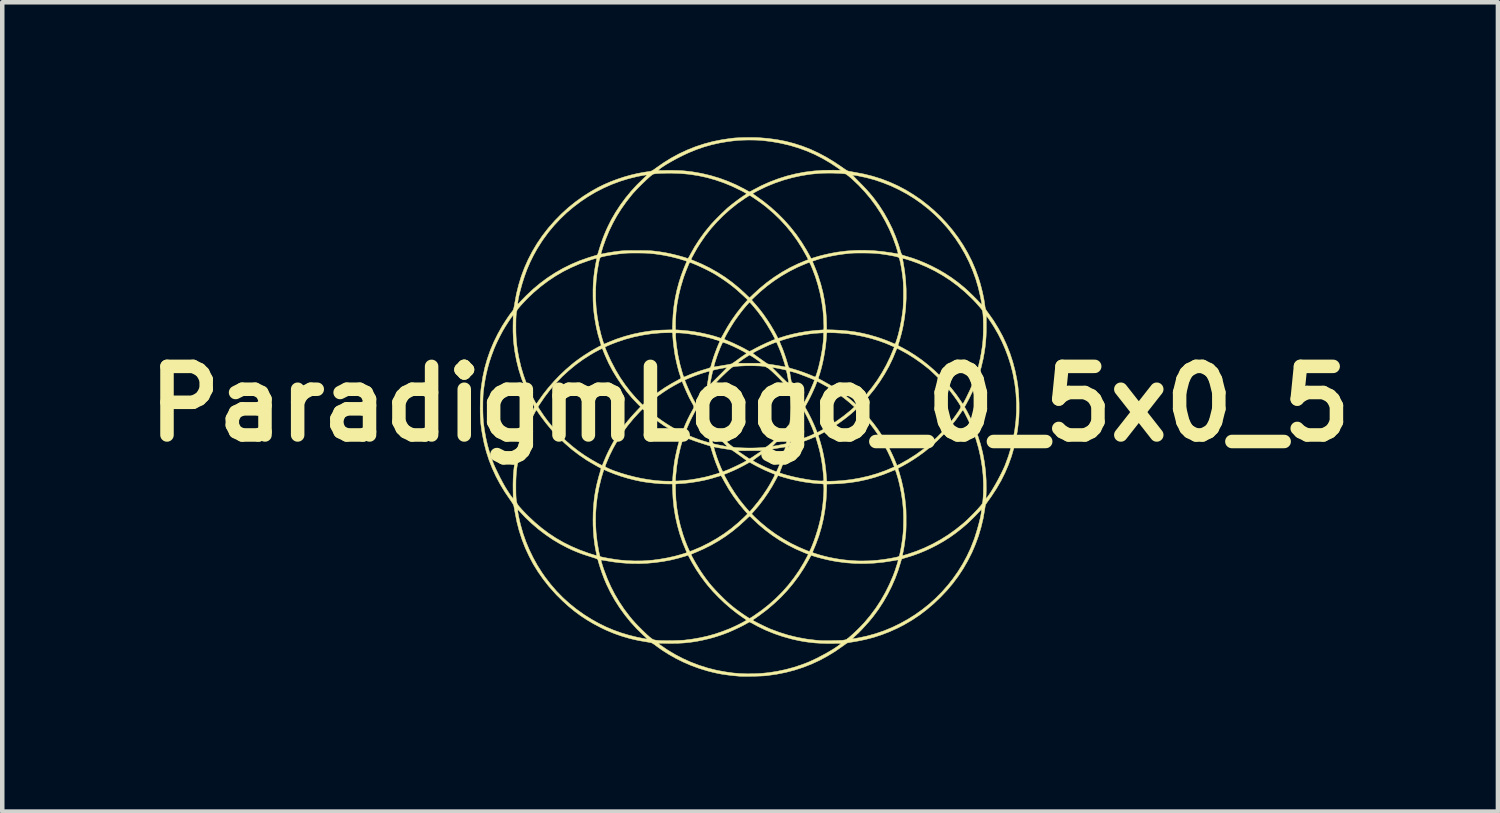
<source format=kicad_pcb>
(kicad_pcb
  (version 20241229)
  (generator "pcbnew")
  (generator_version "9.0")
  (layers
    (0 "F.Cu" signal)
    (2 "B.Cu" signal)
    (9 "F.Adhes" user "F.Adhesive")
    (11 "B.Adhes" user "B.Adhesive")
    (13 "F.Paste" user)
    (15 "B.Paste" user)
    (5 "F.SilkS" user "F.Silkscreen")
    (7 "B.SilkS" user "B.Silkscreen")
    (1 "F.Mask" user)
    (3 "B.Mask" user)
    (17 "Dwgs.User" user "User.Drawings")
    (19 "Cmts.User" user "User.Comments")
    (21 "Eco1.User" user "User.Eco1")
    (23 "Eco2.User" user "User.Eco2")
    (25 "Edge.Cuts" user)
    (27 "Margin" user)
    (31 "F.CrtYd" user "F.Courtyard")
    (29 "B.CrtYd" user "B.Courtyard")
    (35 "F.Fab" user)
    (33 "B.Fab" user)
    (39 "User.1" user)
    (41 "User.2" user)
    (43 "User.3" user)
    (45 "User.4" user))
  (footprint "ParadigmLogo_0_5x0_5"
    (layer "F.Cu")
    (at 13.614 5.924)
    (property "Reference" "ParadigmLogo_0_5x0_5" (at 0 0 0) (layer "F.SilkS") (effects (font (size 1.524 1.524) (thickness 0.3))))
    (attr through_hole)
    (fp_poly (pts (xy 0.072 -5.919) (xy 0.134 -5.918) (xy 0.189 -5.916) (xy 0.203 -5.915) (xy 0.405 -5.898) (xy 0.601 -5.871) (xy 0.793 -5.834) (xy 0.98 -5.785) (xy 1.163 -5.726) (xy 1.343 -5.656) (xy 1.52 -5.574) (xy 1.695 -5.481) (xy 1.868 -5.376) (xy 2.041 -5.26) (xy 2.058 -5.248) (xy 2.101 -5.218) (xy 2.135 -5.196) (xy 2.162 -5.181) (xy 2.179 -5.174) (xy 2.195 -5.17) (xy 2.22 -5.165) (xy 2.253 -5.159) (xy 2.289 -5.152) (xy 2.325 -5.146) (xy 2.527 -5.108) (xy 2.723 -5.059) (xy 2.915 -4.999) (xy 3.102 -4.927) (xy 3.284 -4.845) (xy 3.462 -4.751) (xy 3.634 -4.646) (xy 3.802 -4.531) (xy 3.964 -4.404) (xy 4.075 -4.309) (xy 4.227 -4.166) (xy 4.368 -4.015) (xy 4.5 -3.859) (xy 4.622 -3.696) (xy 4.734 -3.528) (xy 4.835 -3.354) (xy 4.926 -3.175) (xy 5.005 -2.991) (xy 5.074 -2.802) (xy 5.079 -2.785) (xy 5.108 -2.693) (xy 5.134 -2.597) (xy 5.159 -2.499) (xy 5.18 -2.402) (xy 5.198 -2.311) (xy 5.211 -2.226) (xy 5.213 -2.213) (xy 5.218 -2.175) (xy 5.223 -2.145) (xy 5.229 -2.122) (xy 5.236 -2.101) (xy 5.247 -2.081) (xy 5.262 -2.059) (xy 5.283 -2.03) (xy 5.29 -2.021) (xy 5.408 -1.854) (xy 5.515 -1.68) (xy 5.612 -1.502) (xy 5.697 -1.319) (xy 5.772 -1.13) (xy 5.835 -0.938) (xy 5.887 -0.741) (xy 5.928 -0.539) (xy 5.948 -0.413) (xy 5.958 -0.324) (xy 5.966 -0.227) (xy 5.972 -0.125) (xy 5.976 -0.02) (xy 5.977 0.085) (xy 5.976 0.187) (xy 5.973 0.283) (xy 5.967 0.369) (xy 5.943 0.576) (xy 5.908 0.777) (xy 5.863 0.972) (xy 5.808 1.163) (xy 5.741 1.349) (xy 5.663 1.53) (xy 5.574 1.708) (xy 5.473 1.882) (xy 5.361 2.053) (xy 5.294 2.147) (xy 5.274 2.175) (xy 5.256 2.2) (xy 5.243 2.221) (xy 5.234 2.235) (xy 5.232 2.239) (xy 5.229 2.25) (xy 5.225 2.271) (xy 5.22 2.298) (xy 5.215 2.33) (xy 5.213 2.344) (xy 5.179 2.543) (xy 5.132 2.739) (xy 5.075 2.932) (xy 5.006 3.12) (xy 4.927 3.305) (xy 4.836 3.484) (xy 4.736 3.658) (xy 4.625 3.826) (xy 4.505 3.987) (xy 4.379 4.137) (xy 4.233 4.291) (xy 4.082 4.435) (xy 3.925 4.569) (xy 3.763 4.692) (xy 3.595 4.804) (xy 3.422 4.905) (xy 3.281 4.978) (xy 3.104 5.058) (xy 2.926 5.127) (xy 2.746 5.186) (xy 2.561 5.234) (xy 2.371 5.273) (xy 2.254 5.292) (xy 2.222 5.297) (xy 2.194 5.302) (xy 2.172 5.306) (xy 2.159 5.31) (xy 2.157 5.311) (xy 2.148 5.317) (xy 2.131 5.328) (xy 2.108 5.344) (xy 2.082 5.363) (xy 2.068 5.373) (xy 1.898 5.492) (xy 1.723 5.599) (xy 1.546 5.695) (xy 1.364 5.779) (xy 1.178 5.852) (xy 0.987 5.914) (xy 0.792 5.965) (xy 0.591 6.005) (xy 0.386 6.034) (xy 0.342 6.039) (xy 0.314 6.041) (xy 0.277 6.043) (xy 0.233 6.045) (xy 0.182 6.047) (xy 0.127 6.049) (xy 0.07 6.05) (xy 0.013 6.051) (xy -0.043 6.052) (xy -0.096 6.052) (xy -0.143 6.052) (xy -0.182 6.052) (xy -0.213 6.051) (xy -0.227 6.05) (xy -0.341 6.04) (xy -0.446 6.029) (xy -0.544 6.016) (xy -0.636 6.002) (xy -0.726 5.985) (xy -0.815 5.965) (xy -0.907 5.942) (xy -0.964 5.927) (xy -1.138 5.873) (xy -1.312 5.809) (xy -1.483 5.735) (xy -1.649 5.653) (xy -1.809 5.562) (xy -1.961 5.465) (xy -2.08 5.38) (xy -2.112 5.355) (xy -2.138 5.337) (xy -2.159 5.323) (xy -2.165 5.32) (xy -2.038 5.32) (xy -2.033 5.326) (xy -2.021 5.336) (xy -2.009 5.346) (xy -1.846 5.458) (xy -1.676 5.561) (xy -1.501 5.653) (xy -1.32 5.735) (xy -1.134 5.806) (xy -0.945 5.866) (xy -0.752 5.915) (xy -0.696 5.926) (xy -0.534 5.955) (xy -0.378 5.977) (xy -0.223 5.99) (xy -0.068 5.996) (xy 0.092 5.994) (xy 0.242 5.987) (xy 0.422 5.969) (xy 0.605 5.94) (xy 0.789 5.901) (xy 0.971 5.852) (xy 1.149 5.793) (xy 1.24 5.759) (xy 1.311 5.73) (xy 1.39 5.694) (xy 1.474 5.654) (xy 1.559 5.61) (xy 1.645 5.565) (xy 1.728 5.519) (xy 1.806 5.473) (xy 1.876 5.43) (xy 1.881 5.426) (xy 1.914 5.404) (xy 1.946 5.382) (xy 1.973 5.362) (xy 1.996 5.345) (xy 2.012 5.332) (xy 2.019 5.324) (xy 2.02 5.322) (xy 2.014 5.321) (xy 1.998 5.321) (xy 1.972 5.32) (xy 1.938 5.32) (xy 1.899 5.32) (xy 1.854 5.321) (xy 1.828 5.321) (xy 1.689 5.321) (xy 1.559 5.317) (xy 1.435 5.309) (xy 1.315 5.296) (xy 1.196 5.279) (xy 1.076 5.257) (xy 0.951 5.229) (xy 0.921 5.222) (xy 0.725 5.167) (xy 0.535 5.102) (xy 0.35 5.027) (xy 0.171 4.941) (xy 0.089 4.896) (xy 0.058 4.879) (xy 0.031 4.865) (xy 0.009 4.853) (xy -0.005 4.846) (xy -0.011 4.844) (xy -0.018 4.847) (xy -0.034 4.855) (xy -0.055 4.866) (xy -0.071 4.875) (xy -0.111 4.898) (xy -0.16 4.924) (xy -0.216 4.952) (xy -0.274 4.98) (xy -0.334 5.008) (xy -0.392 5.035) (xy -0.445 5.058) (xy -0.491 5.078) (xy -0.493 5.078) (xy -0.603 5.12) (xy -0.709 5.156) (xy -0.815 5.189) (xy -0.916 5.216) (xy -1.057 5.249) (xy -1.194 5.276) (xy -1.33 5.296) (xy -1.467 5.31) (xy -1.609 5.318) (xy -1.757 5.32) (xy -1.861 5.319) (xy -1.906 5.318) (xy -1.947 5.317) (xy -1.982 5.317) (xy -2.009 5.318) (xy -2.028 5.318) (xy -2.037 5.319) (xy -2.038 5.32) (xy -2.165 5.32) (xy -2.177 5.313) (xy -2.196 5.306) (xy -2.218 5.3) (xy -2.245 5.296) (xy -2.279 5.29) (xy -2.292 5.288) (xy -2.483 5.255) (xy -2.667 5.213) (xy -2.845 5.161) (xy -3.02 5.1) (xy -3.193 5.028) (xy -3.326 4.964) (xy -3.481 4.882) (xy -3.628 4.795) (xy -3.769 4.702) (xy -3.905 4.601) (xy -4.038 4.492) (xy -4.168 4.373) (xy -4.299 4.244) (xy -4.331 4.209) (xy -4.467 4.057) (xy -4.593 3.897) (xy -4.709 3.732) (xy -4.815 3.561) (xy -4.909 3.383) (xy -4.994 3.201) (xy -5.067 3.013) (xy -5.129 2.821) (xy -5.18 2.625) (xy -5.22 2.424) (xy -5.228 2.377) (xy -5.232 2.352) (xy -5.163 2.352) (xy -5.163 2.368) (xy -5.16 2.394) (xy -5.155 2.427) (xy -5.148 2.467) (xy -5.139 2.512) (xy -5.128 2.561) (xy -5.116 2.613) (xy -5.104 2.667) (xy -5.095 2.7) (xy -5.043 2.882) (xy -4.979 3.063) (xy -4.904 3.242) (xy -4.819 3.417) (xy -4.725 3.587) (xy -4.621 3.751) (xy -4.555 3.846) (xy -4.431 4.007) (xy -4.3 4.159) (xy -4.16 4.302) (xy -4.011 4.437) (xy -3.854 4.563) (xy -3.688 4.681) (xy -3.674 4.69) (xy -3.516 4.789) (xy -3.358 4.877) (xy -3.197 4.956) (xy -3.033 5.025) (xy -2.864 5.086) (xy -2.688 5.139) (xy -2.505 5.184) (xy -2.316 5.221) (xy -2.298 5.224) (xy -2.289 5.224) (xy -2.286 5.221) (xy -2.286 5.22) (xy -2.29 5.215) (xy -2.302 5.203) (xy -2.32 5.185) (xy -2.343 5.163) (xy -2.37 5.138) (xy -2.374 5.135) (xy -2.516 4.996) (xy -2.651 4.849) (xy -2.777 4.694) (xy -2.895 4.531) (xy -3.003 4.363) (xy -3.101 4.189) (xy -3.188 4.011) (xy -3.222 3.931) (xy -3.246 3.873) (xy -3.27 3.808) (xy -3.295 3.74) (xy -3.318 3.671) (xy -3.34 3.604) (xy -3.359 3.542) (xy -3.374 3.488) (xy -3.374 3.486) (xy -3.38 3.468) (xy -3.381 3.467) (xy -3.312 3.467) (xy -3.311 3.474) (xy -3.308 3.49) (xy -3.301 3.515) (xy -3.292 3.545) (xy -3.282 3.58) (xy -3.27 3.617) (xy -3.258 3.655) (xy -3.245 3.691) (xy -3.242 3.699) (xy -3.171 3.885) (xy -3.092 4.062) (xy -3.004 4.233) (xy -2.907 4.397) (xy -2.8 4.557) (xy -2.682 4.713) (xy -2.614 4.796) (xy -2.586 4.827) (xy -2.552 4.865) (xy -2.511 4.908) (xy -2.467 4.953) (xy -2.422 4.999) (xy -2.376 5.044) (xy -2.332 5.087) (xy -2.291 5.126) (xy -2.255 5.158) (xy -2.238 5.173) (xy -2.208 5.198) (xy -2.183 5.216) (xy -2.161 5.23) (xy -2.138 5.239) (xy -2.112 5.246) (xy -2.081 5.25) (xy -2.041 5.254) (xy -2.026 5.255) (xy -1.988 5.257) (xy -1.941 5.258) (xy -1.886 5.259) (xy -1.827 5.259) (xy -1.765 5.258) (xy -1.702 5.258) (xy -1.641 5.256) (xy -1.583 5.254) (xy -1.531 5.252) (xy -1.487 5.249) (xy -1.457 5.247) (xy -1.278 5.224) (xy -1.107 5.194) (xy -0.942 5.157) (xy -0.781 5.112) (xy -0.621 5.058) (xy -0.461 4.996) (xy -0.46 4.996) (xy -0.424 4.98) (xy -0.384 4.962) (xy -0.341 4.942) (xy -0.298 4.922) (xy -0.255 4.901) (xy -0.214 4.88) (xy -0.175 4.86) (xy -0.142 4.842) (xy -0.114 4.826) (xy -0.093 4.814) (xy -0.081 4.806) (xy -0.079 4.802) (xy -0.081 4.8) (xy 0.061 4.8) (xy 0.061 4.804) (xy 0.068 4.81) (xy 0.082 4.82) (xy 0.104 4.832) (xy 0.136 4.849) (xy 0.177 4.87) (xy 0.228 4.896) (xy 0.233 4.898) (xy 0.277 4.92) (xy 0.323 4.942) (xy 0.368 4.963) (xy 0.41 4.982) (xy 0.445 4.998) (xy 0.463 5.005) (xy 0.657 5.077) (xy 0.852 5.138) (xy 1.05 5.186) (xy 1.25 5.223) (xy 1.453 5.248) (xy 1.539 5.255) (xy 1.566 5.257) (xy 1.603 5.258) (xy 1.647 5.258) (xy 1.697 5.258) (xy 1.751 5.258) (xy 1.806 5.258) (xy 1.861 5.257) (xy 1.914 5.256) (xy 1.963 5.255) (xy 2.005 5.253) (xy 2.039 5.252) (xy 2.063 5.25) (xy 2.093 5.245) (xy 2.12 5.239) (xy 2.139 5.232) (xy 2.157 5.221) (xy 2.157 5.221) (xy 2.266 5.221) (xy 2.295 5.217) (xy 2.313 5.214) (xy 2.338 5.21) (xy 2.37 5.204) (xy 2.403 5.198) (xy 2.41 5.197) (xy 2.601 5.156) (xy 2.788 5.104) (xy 2.973 5.041) (xy 3.154 4.966) (xy 3.331 4.881) (xy 3.502 4.786) (xy 3.669 4.681) (xy 3.829 4.567) (xy 3.983 4.444) (xy 4.129 4.312) (xy 4.268 4.171) (xy 4.398 4.023) (xy 4.501 3.892) (xy 4.618 3.726) (xy 4.723 3.557) (xy 4.817 3.384) (xy 4.9 3.207) (xy 4.97 3.028) (xy 4.985 2.988) (xy 5.006 2.922) (xy 5.027 2.855) (xy 5.048 2.786) (xy 5.067 2.718) (xy 5.085 2.651) (xy 5.101 2.588) (xy 5.115 2.529) (xy 5.126 2.477) (xy 5.134 2.431) (xy 5.139 2.395) (xy 5.14 2.373) (xy 5.14 2.34) (xy 5.106 2.378) (xy 5.077 2.409) (xy 5.041 2.446) (xy 5.002 2.487) (xy 4.961 2.528) (xy 4.92 2.568) (xy 4.882 2.606) (xy 4.847 2.639) (xy 4.823 2.661) (xy 4.693 2.772) (xy 4.564 2.873) (xy 4.433 2.966) (xy 4.299 3.051) (xy 4.158 3.131) (xy 4.043 3.19) (xy 3.894 3.26) (xy 3.748 3.32) (xy 3.601 3.373) (xy 3.456 3.417) (xy 3.426 3.426) (xy 3.4 3.434) (xy 3.38 3.441) (xy 3.369 3.445) (xy 3.368 3.446) (xy 3.365 3.453) (xy 3.359 3.47) (xy 3.352 3.493) (xy 3.344 3.52) (xy 3.289 3.7) (xy 3.222 3.879) (xy 3.144 4.056) (xy 3.056 4.23) (xy 2.959 4.399) (xy 2.853 4.562) (xy 2.739 4.717) (xy 2.67 4.802) (xy 2.65 4.826) (xy 2.625 4.855) (xy 2.595 4.887) (xy 2.564 4.922) (xy 2.532 4.957) (xy 2.5 4.992) (xy 2.47 5.024) (xy 2.443 5.051) (xy 2.421 5.074) (xy 2.406 5.09) (xy 2.401 5.094) (xy 2.388 5.105) (xy 2.37 5.122) (xy 2.347 5.144) (xy 2.323 5.166) (xy 2.323 5.166) (xy 2.266 5.221) (xy 2.157 5.221) (xy 2.182 5.202) (xy 2.212 5.176) (xy 2.248 5.145) (xy 2.287 5.11) (xy 2.329 5.071) (xy 2.372 5.03) (xy 2.414 4.988) (xy 2.456 4.946) (xy 2.495 4.905) (xy 2.531 4.867) (xy 2.542 4.855) (xy 2.672 4.699) (xy 2.793 4.537) (xy 2.904 4.367) (xy 3.005 4.191) (xy 3.096 4.008) (xy 3.177 3.82) (xy 3.197 3.768) (xy 3.208 3.737) (xy 3.221 3.702) (xy 3.234 3.663) (xy 3.246 3.624) (xy 3.259 3.585) (xy 3.27 3.55) (xy 3.279 3.519) (xy 3.286 3.494) (xy 3.289 3.478) (xy 3.29 3.474) (xy 3.29 3.47) (xy 3.289 3.468) (xy 3.284 3.466) (xy 3.276 3.467) (xy 3.261 3.469) (xy 3.239 3.472) (xy 3.208 3.478) (xy 3.179 3.483) (xy 2.966 3.516) (xy 2.755 3.537) (xy 2.546 3.546) (xy 2.339 3.544) (xy 2.133 3.529) (xy 1.929 3.503) (xy 1.787 3.477) (xy 1.728 3.464) (xy 1.663 3.449) (xy 1.594 3.432) (xy 1.527 3.414) (xy 1.465 3.397) (xy 1.424 3.384) (xy 1.398 3.376) (xy 1.376 3.37) (xy 1.362 3.366) (xy 1.356 3.365) (xy 1.353 3.371) (xy 1.344 3.386) (xy 1.332 3.408) (xy 1.317 3.436) (xy 1.299 3.468) (xy 1.295 3.475) (xy 1.191 3.655) (xy 1.078 3.826) (xy 0.956 3.989) (xy 0.825 4.145) (xy 0.685 4.294) (xy 0.535 4.435) (xy 0.375 4.571) (xy 0.205 4.699) (xy 0.16 4.731) (xy 0.13 4.752) (xy 0.104 4.77) (xy 0.082 4.785) (xy 0.067 4.795) (xy 0.061 4.8) (xy 0.061 4.8) (xy -0.081 4.8) (xy -0.084 4.798) (xy -0.097 4.788) (xy -0.116 4.774) (xy -0.14 4.758) (xy -0.147 4.754) (xy -0.289 4.653) (xy -0.43 4.542) (xy -0.567 4.423) (xy -0.7 4.296) (xy -0.826 4.165) (xy -0.943 4.03) (xy -0.998 3.961) (xy -1.101 3.821) (xy -1.2 3.673) (xy -1.291 3.52) (xy -1.33 3.447) (xy -1.346 3.419) (xy -1.359 3.394) (xy -1.369 3.376) (xy -1.375 3.365) (xy -1.376 3.363) (xy -1.382 3.364) (xy -1.397 3.368) (xy -1.419 3.375) (xy -1.434 3.38) (xy -1.595 3.427) (xy -1.763 3.468) (xy -1.936 3.5) (xy -2.111 3.524) (xy -2.287 3.54) (xy -2.459 3.547) (xy -2.628 3.545) (xy -2.656 3.544) (xy -2.753 3.539) (xy -2.841 3.532) (xy -2.924 3.524) (xy -3.006 3.514) (xy -3.089 3.502) (xy -3.178 3.487) (xy -3.204 3.483) (xy -3.238 3.477) (xy -3.268 3.472) (xy -3.291 3.469) (xy -3.307 3.467) (xy -3.312 3.467) (xy -3.381 3.467) (xy -3.387 3.453) (xy -3.388 3.451) (xy -3.397 3.445) (xy -3.417 3.437) (xy -3.448 3.425) (xy -3.489 3.412) (xy -3.538 3.396) (xy -3.623 3.369) (xy -3.699 3.344) (xy -3.767 3.32) (xy -3.831 3.295) (xy -3.893 3.27) (xy -3.956 3.243) (xy -4.021 3.212) (xy -4.058 3.195) (xy -4.224 3.108) (xy -4.388 3.01) (xy -4.547 2.901) (xy -4.701 2.784) (xy -4.848 2.658) (xy -4.988 2.526) (xy -5.076 2.433) (xy -5.101 2.406) (xy -5.123 2.383) (xy -5.141 2.364) (xy -5.154 2.352) (xy -5.161 2.347) (xy -5.161 2.346) (xy -5.163 2.352) (xy -5.232 2.352) (xy -5.234 2.341) (xy -5.241 2.307) (xy -5.247 2.277) (xy -5.253 2.254) (xy -5.255 2.248) (xy -5.264 2.23) (xy -5.278 2.205) (xy -5.298 2.175) (xy -5.32 2.142) (xy -5.333 2.124) (xy -5.449 1.954) (xy -5.553 1.782) (xy -5.646 1.609) (xy -5.727 1.432) (xy -5.798 1.252) (xy -5.858 1.068) (xy -5.908 0.878) (xy -5.947 0.684) (xy -5.966 0.567) (xy -5.974 0.505) (xy -5.981 0.449) (xy -5.986 0.395) (xy -5.99 0.342) (xy -5.993 0.286) (xy -5.995 0.226) (xy -5.996 0.158) (xy -5.996 0.094) (xy -5.937 0.094) (xy -5.936 0.164) (xy -5.934 0.231) (xy -5.932 0.293) (xy -5.929 0.348) (xy -5.926 0.393) (xy -5.925 0.402) (xy -5.901 0.582) (xy -5.87 0.754) (xy -5.832 0.92) (xy -5.786 1.082) (xy -5.732 1.242) (xy -5.699 1.329) (xy -5.685 1.363) (xy -5.666 1.406) (xy -5.643 1.455) (xy -5.617 1.509) (xy -5.589 1.566) (xy -5.561 1.623) (xy -5.532 1.678) (xy -5.505 1.73) (xy -5.48 1.776) (xy -5.467 1.799) (xy -5.44 1.846) (xy -5.412 1.892) (xy -5.384 1.936) (xy -5.357 1.978) (xy -5.332 2.015) (xy -5.31 2.046) (xy -5.291 2.072) (xy -5.276 2.089) (xy -5.266 2.098) (xy -5.264 2.099) (xy -5.263 2.093) (xy -5.263 2.076) (xy -5.263 2.051) (xy -5.264 2.018) (xy -5.264 1.979) (xy -5.265 1.935) (xy -5.265 1.922) (xy -5.266 1.835) (xy -5.203 1.835) (xy -5.203 1.917) (xy -5.202 1.988) (xy -5.2 2.048) (xy -5.197 2.098) (xy -5.192 2.14) (xy -5.187 2.173) (xy -5.18 2.199) (xy -5.174 2.216) (xy -5.16 2.239) (xy -5.138 2.269) (xy -5.106 2.306) (xy -5.067 2.35) (xy -5.019 2.401) (xy -4.963 2.458) (xy -4.923 2.498) (xy -4.778 2.634) (xy -4.628 2.76) (xy -4.473 2.876) (xy -4.312 2.982) (xy -4.144 3.079) (xy -3.968 3.166) (xy -3.786 3.244) (xy -3.594 3.314) (xy -3.529 3.335) (xy -3.487 3.348) (xy -3.456 3.358) (xy -3.433 3.364) (xy -3.418 3.367) (xy -3.409 3.368) (xy -3.405 3.366) (xy -3.405 3.364) (xy -3.406 3.356) (xy -3.41 3.34) (xy -3.414 3.322) (xy -3.437 3.212) (xy -3.456 3.092) (xy -3.471 2.965) (xy -3.481 2.832) (xy -3.488 2.695) (xy -3.488 2.651) (xy -3.432 2.651) (xy -3.421 2.854) (xy -3.398 3.057) (xy -3.364 3.261) (xy -3.347 3.339) (xy -3.342 3.361) (xy -3.337 3.378) (xy -3.333 3.388) (xy -3.333 3.388) (xy -3.324 3.392) (xy -3.305 3.398) (xy -3.276 3.405) (xy -3.241 3.412) (xy -3.199 3.42) (xy -3.153 3.429) (xy -3.104 3.437) (xy -3.053 3.445) (xy -3.003 3.453) (xy -2.954 3.46) (xy -2.908 3.466) (xy -2.891 3.468) (xy -2.728 3.482) (xy -2.562 3.488) (xy -2.396 3.487) (xy -2.324 3.483) (xy -2.161 3.47) (xy -1.997 3.448) (xy -1.834 3.419) (xy -1.678 3.384) (xy -1.641 3.375) (xy -1.608 3.365) (xy -1.57 3.355) (xy -1.532 3.344) (xy -1.523 3.341) (xy -1.311 3.341) (xy -1.31 3.348) (xy -1.303 3.364) (xy -1.291 3.387) (xy -1.275 3.417) (xy -1.256 3.452) (xy -1.234 3.491) (xy -1.21 3.533) (xy -1.185 3.575) (xy -1.159 3.618) (xy -1.134 3.66) (xy -1.109 3.699) (xy -1.09 3.728) (xy -1.031 3.815) (xy -0.972 3.896) (xy -0.913 3.973) (xy -0.851 4.047) (xy -0.784 4.122) (xy -0.71 4.2) (xy -0.656 4.255) (xy -0.596 4.314) (xy -0.542 4.366) (xy -0.491 4.413) (xy -0.441 4.457) (xy -0.39 4.499) (xy -0.336 4.542) (xy -0.296 4.572) (xy -0.27 4.591) (xy -0.24 4.613) (xy -0.206 4.637) (xy -0.172 4.661) (xy -0.137 4.685) (xy -0.103 4.708) (xy -0.072 4.728) (xy -0.046 4.745) (xy -0.026 4.757) (xy -0.014 4.764) (xy -0.01 4.766) (xy -0.003 4.762) (xy 0.012 4.753) (xy 0.033 4.74) (xy 0.06 4.723) (xy 0.09 4.703) (xy 0.26 4.584) (xy 0.421 4.456) (xy 0.573 4.32) (xy 0.716 4.177) (xy 0.85 4.025) (xy 0.974 3.866) (xy 1.09 3.699) (xy 1.196 3.524) (xy 1.253 3.419) (xy 1.294 3.34) (xy 1.19 3.298) (xy 1.19 3.298) (xy 1.389 3.298) (xy 1.389 3.302) (xy 1.397 3.306) (xy 1.414 3.312) (xy 1.439 3.32) (xy 1.469 3.33) (xy 1.503 3.341) (xy 1.539 3.352) (xy 1.574 3.362) (xy 1.607 3.371) (xy 1.633 3.378) (xy 1.75 3.407) (xy 1.866 3.43) (xy 1.983 3.45) (xy 2.104 3.466) (xy 2.231 3.478) (xy 2.337 3.485) (xy 2.374 3.487) (xy 2.419 3.488) (xy 2.471 3.488) (xy 2.526 3.488) (xy 2.58 3.487) (xy 2.632 3.486) (xy 2.678 3.484) (xy 2.693 3.483) (xy 2.83 3.472) (xy 2.972 3.455) (xy 3.113 3.433) (xy 3.213 3.413) (xy 3.25 3.405) (xy 3.276 3.399) (xy 3.295 3.392) (xy 3.307 3.386) (xy 3.314 3.378) (xy 3.318 3.368) (xy 3.32 3.362) (xy 3.329 3.325) (xy 3.339 3.277) (xy 3.35 3.222) (xy 3.36 3.162) (xy 3.371 3.099) (xy 3.38 3.035) (xy 3.388 2.973) (xy 3.395 2.916) (xy 3.396 2.909) (xy 3.4 2.86) (xy 3.404 2.801) (xy 3.407 2.736) (xy 3.408 2.667) (xy 3.41 2.596) (xy 3.41 2.527) (xy 3.409 2.462) (xy 3.407 2.403) (xy 3.406 2.368) (xy 3.388 2.17) (xy 3.359 1.977) (xy 3.32 1.787) (xy 3.293 1.678) (xy 3.281 1.635) (xy 3.268 1.593) (xy 3.257 1.555) (xy 3.246 1.521) (xy 3.236 1.494) (xy 3.229 1.474) (xy 3.224 1.465) (xy 3.222 1.464) (xy 3.215 1.466) (xy 3.199 1.472) (xy 3.176 1.481) (xy 3.148 1.493) (xy 3.134 1.499) (xy 2.953 1.571) (xy 2.771 1.631) (xy 2.587 1.681) (xy 2.4 1.721) (xy 2.208 1.75) (xy 2.011 1.769) (xy 1.845 1.777) (xy 1.702 1.781) (xy 1.699 1.941) (xy 1.688 2.146) (xy 1.665 2.347) (xy 1.631 2.546) (xy 1.585 2.741) (xy 1.528 2.934) (xy 1.458 3.125) (xy 1.409 3.241) (xy 1.399 3.265) (xy 1.392 3.285) (xy 1.389 3.298) (xy 1.19 3.298) (xy 1.008 3.219) (xy 0.831 3.129) (xy 0.658 3.028) (xy 0.492 2.918) (xy 0.333 2.798) (xy 0.181 2.67) (xy 0.075 2.57) (xy 0.049 2.545) (xy 0.027 2.523) (xy 0.009 2.507) (xy -0.004 2.495) (xy -0.009 2.492) (xy -0.015 2.496) (xy -0.028 2.507) (xy -0.046 2.524) (xy -0.069 2.545) (xy -0.093 2.569) (xy -0.238 2.702) (xy -0.387 2.825) (xy -0.54 2.938) (xy -0.699 3.041) (xy -0.866 3.137) (xy -1.04 3.224) (xy -1.221 3.303) (xy -1.251 3.315) (xy -1.277 3.326) (xy -1.297 3.335) (xy -1.309 3.34) (xy -1.311 3.341) (xy -1.523 3.341) (xy -1.495 3.333) (xy -1.463 3.323) (xy -1.436 3.314) (xy -1.42 3.309) (xy -1.403 3.302) (xy -1.419 3.267) (xy -1.496 3.081) (xy -1.561 2.892) (xy -1.615 2.7) (xy -1.659 2.503) (xy -1.691 2.303) (xy -1.712 2.098) (xy -1.721 1.916) (xy -1.725 1.779) (xy -1.659 1.779) (xy -1.655 1.946) (xy -1.646 2.139) (xy -1.624 2.33) (xy -1.592 2.52) (xy -1.548 2.709) (xy -1.491 2.9) (xy -1.491 2.903) (xy -1.476 2.945) (xy -1.46 2.99) (xy -1.444 3.036) (xy -1.426 3.081) (xy -1.409 3.126) (xy -1.392 3.167) (xy -1.376 3.203) (xy -1.362 3.234) (xy -1.351 3.258) (xy -1.342 3.273) (xy -1.338 3.278) (xy -1.33 3.276) (xy -1.314 3.27) (xy -1.292 3.262) (xy -1.273 3.254) (xy -1.09 3.177) (xy -0.912 3.088) (xy -0.74 2.99) (xy -0.574 2.883) (xy -0.415 2.766) (xy -0.265 2.641) (xy -0.147 2.532) (xy -0.055 2.442) (xy 0.036 2.442) (xy 0.041 2.449) (xy 0.053 2.462) (xy 0.071 2.48) (xy 0.094 2.504) (xy 0.121 2.53) (xy 0.151 2.558) (xy 0.182 2.586) (xy 0.213 2.614) (xy 0.242 2.64) (xy 0.398 2.769) (xy 0.561 2.888) (xy 0.731 2.997) (xy 0.907 3.097) (xy 1.091 3.186) (xy 1.222 3.242) (xy 1.252 3.254) (xy 1.279 3.265) (xy 1.3 3.273) (xy 1.313 3.277) (xy 1.316 3.278) (xy 1.321 3.273) (xy 1.33 3.259) (xy 1.34 3.239) (xy 1.346 3.228) (xy 1.378 3.152) (xy 1.411 3.067) (xy 1.444 2.975) (xy 1.476 2.878) (xy 1.506 2.78) (xy 1.533 2.682) (xy 1.556 2.588) (xy 1.576 2.5) (xy 1.581 2.471) (xy 1.595 2.387) (xy 1.608 2.298) (xy 1.619 2.206) (xy 1.627 2.113) (xy 1.634 2.024) (xy 1.638 1.94) (xy 1.639 1.881) (xy 1.638 1.849) (xy 1.637 1.821) (xy 1.636 1.799) (xy 1.634 1.787) (xy 1.633 1.785) (xy 1.627 1.781) (xy 1.614 1.778) (xy 1.592 1.775) (xy 1.559 1.772) (xy 1.535 1.771) (xy 1.378 1.758) (xy 1.216 1.736) (xy 1.052 1.706) (xy 0.89 1.669) (xy 0.732 1.625) (xy 0.687 1.611) (xy 0.661 1.603) (xy 0.64 1.596) (xy 0.625 1.592) (xy 0.62 1.592) (xy 0.617 1.597) (xy 0.609 1.612) (xy 0.598 1.633) (xy 0.584 1.659) (xy 0.578 1.671) (xy 0.492 1.826) (xy 0.399 1.976) (xy 0.299 2.12) (xy 0.195 2.256) (xy 0.087 2.382) (xy 0.076 2.394) (xy 0.059 2.413) (xy 0.045 2.429) (xy 0.038 2.44) (xy 0.036 2.442) (xy -0.055 2.442) (xy -0.055 2.442) (xy -0.12 2.369) (xy -0.245 2.219) (xy -0.359 2.066) (xy -0.465 1.907) (xy -0.562 1.741) (xy -0.599 1.673) (xy -0.614 1.644) (xy -0.628 1.62) (xy -0.64 1.603) (xy -0.647 1.593) (xy -0.649 1.592) (xy -0.66 1.596) (xy -0.679 1.602) (xy -0.706 1.61) (xy -0.737 1.619) (xy -0.77 1.629) (xy -0.804 1.639) (xy -0.835 1.649) (xy -0.861 1.656) (xy -0.881 1.662) (xy -0.883 1.662) (xy -0.967 1.684) (xy -1.058 1.704) (xy -1.154 1.722) (xy -1.251 1.738) (xy -1.347 1.752) (xy -1.437 1.762) (xy -1.52 1.769) (xy -1.529 1.769) (xy -1.56 1.771) (xy -1.591 1.773) (xy -1.616 1.775) (xy -1.626 1.776) (xy -1.659 1.779) (xy -1.725 1.779) (xy -1.725 1.778) (xy -1.805 1.778) (xy -1.902 1.776) (xy -2.007 1.771) (xy -2.115 1.762) (xy -2.224 1.75) (xy -2.329 1.736) (xy -2.422 1.721) (xy -2.567 1.69) (xy -2.716 1.652) (xy -2.866 1.607) (xy -3.012 1.556) (xy -3.151 1.501) (xy -3.212 1.474) (xy -3.247 1.458) (xy -3.265 1.514) (xy -3.274 1.543) (xy -3.285 1.579) (xy -3.296 1.616) (xy -3.305 1.645) (xy -3.354 1.845) (xy -3.392 2.046) (xy -3.417 2.247) (xy -3.431 2.449) (xy -3.432 2.651) (xy -3.488 2.651) (xy -3.489 2.576) (xy -3.486 2.406) (xy -3.476 2.243) (xy -3.46 2.087) (xy -3.436 1.933) (xy -3.404 1.781) (xy -3.365 1.627) (xy -3.334 1.521) (xy -3.325 1.49) (xy -3.318 1.464) (xy -3.313 1.443) (xy -3.311 1.431) (xy -3.312 1.429) (xy -3.321 1.425) (xy -3.34 1.415) (xy -3.365 1.401) (xy -3.387 1.389) (xy -3.219 1.389) (xy -3.218 1.396) (xy -3.216 1.398) (xy -3.203 1.406) (xy -3.18 1.418) (xy -3.151 1.431) (xy -3.119 1.446) (xy -3.085 1.46) (xy -3.051 1.474) (xy -3.025 1.484) (xy -2.877 1.535) (xy -2.724 1.581) (xy -2.568 1.621) (xy -2.413 1.655) (xy -2.26 1.681) (xy -2.113 1.7) (xy -2.053 1.705) (xy -2.01 1.709) (xy -1.975 1.711) (xy -1.946 1.713) (xy -1.92 1.714) (xy -1.892 1.715) (xy -1.861 1.716) (xy -1.822 1.716) (xy -1.82 1.716) (xy -1.784 1.717) (xy -1.758 1.717) (xy -1.741 1.716) (xy -1.731 1.715) (xy -1.725 1.712) (xy -1.725 1.711) (xy -1.658 1.711) (xy -1.623 1.711) (xy -1.605 1.711) (xy -1.577 1.709) (xy -1.544 1.707) (xy -1.507 1.704) (xy -1.485 1.702) (xy -1.33 1.686) (xy -1.181 1.662) (xy -1.032 1.632) (xy -0.983 1.621) (xy -0.95 1.612) (xy -0.912 1.603) (xy -0.873 1.592) (xy -0.832 1.58) (xy -0.793 1.569) (xy -0.789 1.568) (xy -0.581 1.568) (xy -0.537 1.65) (xy -0.445 1.814) (xy -0.344 1.974) (xy -0.236 2.127) (xy -0.136 2.253) (xy -0.113 2.28) (xy -0.089 2.308) (xy -0.066 2.335) (xy -0.045 2.358) (xy -0.028 2.377) (xy -0.015 2.39) (xy -0.009 2.395) (xy -0.009 2.395) (xy -0.004 2.39) (xy 0.007 2.378) (xy 0.023 2.36) (xy 0.044 2.336) (xy 0.067 2.309) (xy 0.069 2.306) (xy 0.178 2.173) (xy 0.281 2.035) (xy 0.375 1.895) (xy 0.416 1.828) (xy 0.437 1.793) (xy 0.459 1.755) (xy 0.479 1.718) (xy 0.499 1.681) (xy 0.517 1.647) (xy 0.532 1.617) (xy 0.544 1.593) (xy 0.551 1.576) (xy 0.553 1.567) (xy 0.553 1.567) (xy 0.545 1.563) (xy 0.529 1.555) (xy 0.507 1.546) (xy 0.496 1.542) (xy 0.448 1.522) (xy 0.66 1.522) (xy 0.66 1.53) (xy 0.661 1.531) (xy 0.672 1.537) (xy 0.693 1.544) (xy 0.722 1.554) (xy 0.757 1.564) (xy 0.795 1.576) (xy 0.835 1.587) (xy 0.874 1.597) (xy 0.894 1.602) (xy 0.965 1.619) (xy 1.038 1.636) (xy 1.113 1.651) (xy 1.187 1.664) (xy 1.259 1.677) (xy 1.328 1.688) (xy 1.394 1.697) (xy 1.454 1.704) (xy 1.508 1.709) (xy 1.554 1.711) (xy 1.591 1.712) (xy 1.619 1.709) (xy 1.625 1.708) (xy 1.633 1.705) (xy 1.636 1.698) (xy 1.637 1.686) (xy 1.636 1.67) (xy 1.634 1.651) (xy 1.632 1.624) (xy 1.63 1.591) (xy 1.627 1.556) (xy 1.626 1.548) (xy 1.611 1.4) (xy 1.588 1.247) (xy 1.557 1.091) (xy 1.536 1.002) (xy 1.529 0.978) (xy 1.521 0.948) (xy 1.512 0.914) (xy 1.501 0.878) (xy 1.491 0.842) (xy 1.481 0.808) (xy 1.471 0.777) (xy 1.464 0.753) (xy 1.458 0.735) (xy 1.455 0.727) (xy 1.455 0.727) (xy 1.449 0.728) (xy 1.435 0.734) (xy 1.417 0.741) (xy 1.341 0.774) (xy 1.257 0.807) (xy 1.168 0.839) (xy 1.078 0.87) (xy 0.99 0.898) (xy 0.944 0.912) (xy 0.862 0.935) (xy 0.847 0.983) (xy 0.821 1.065) (xy 0.795 1.145) (xy 0.768 1.223) (xy 0.743 1.295) (xy 0.719 1.36) (xy 0.699 1.412) (xy 0.683 1.454) (xy 0.671 1.485) (xy 0.663 1.508) (xy 0.66 1.522) (xy 0.448 1.522) (xy 0.412 1.507) (xy 0.322 1.468) (xy 0.232 1.424) (xy 0.144 1.38) (xy 0.063 1.336) (xy 0.054 1.331) (xy -0.009 1.295) (xy -0.036 1.31) (xy -0.155 1.375) (xy -0.267 1.432) (xy -0.375 1.483) (xy -0.482 1.528) (xy -0.501 1.536) (xy -0.581 1.568) (xy -0.789 1.568) (xy -0.757 1.558) (xy -0.725 1.548) (xy -0.7 1.54) (xy -0.683 1.534) (xy -0.676 1.531) (xy -0.677 1.524) (xy -0.682 1.508) (xy -0.69 1.485) (xy -0.701 1.457) (xy -0.711 1.433) (xy -0.767 1.292) (xy -0.817 1.147) (xy -0.847 1.05) (xy -0.857 1.017) (xy -0.866 0.987) (xy -0.874 0.964) (xy -0.804 0.964) (xy -0.802 0.974) (xy -0.797 0.994) (xy -0.79 1.022) (xy -0.78 1.054) (xy -0.768 1.091) (xy -0.756 1.129) (xy -0.744 1.167) (xy -0.732 1.203) (xy -0.721 1.234) (xy -0.719 1.238) (xy -0.706 1.273) (xy -0.692 1.31) (xy -0.676 1.348) (xy -0.661 1.386) (xy -0.646 1.421) (xy -0.632 1.452) (xy -0.62 1.478) (xy -0.611 1.496) (xy -0.606 1.505) (xy -0.605 1.506) (xy -0.598 1.504) (xy -0.581 1.498) (xy -0.558 1.489) (xy -0.529 1.478) (xy -0.507 1.469) (xy -0.47 1.454) (xy -0.429 1.436) (xy -0.386 1.416) (xy -0.34 1.395) (xy -0.295 1.374) (xy -0.25 1.352) (xy -0.208 1.331) (xy -0.169 1.312) (xy -0.136 1.294) (xy -0.109 1.279) (xy -0.09 1.267) (xy -0.08 1.26) (xy -0.079 1.258) (xy 0.06 1.258) (xy 0.066 1.263) (xy 0.08 1.273) (xy 0.103 1.286) (xy 0.133 1.303) (xy 0.167 1.321) (xy 0.206 1.341) (xy 0.247 1.361) (xy 0.289 1.382) (xy 0.322 1.397) (xy 0.348 1.41) (xy 0.38 1.423) (xy 0.415 1.438) (xy 0.45 1.454) (xy 0.485 1.468) (xy 0.517 1.481) (xy 0.545 1.492) (xy 0.566 1.501) (xy 0.579 1.505) (xy 0.582 1.506) (xy 0.587 1.501) (xy 0.595 1.489) (xy 0.595 1.488) (xy 0.604 1.47) (xy 0.616 1.442) (xy 0.631 1.408) (xy 0.647 1.369) (xy 0.663 1.328) (xy 0.679 1.287) (xy 0.694 1.248) (xy 0.706 1.215) (xy 0.71 1.203) (xy 0.722 1.169) (xy 0.734 1.132) (xy 0.746 1.094) (xy 0.757 1.058) (xy 0.767 1.025) (xy 0.775 0.996) (xy 0.781 0.974) (xy 0.784 0.961) (xy 0.784 0.957) (xy 0.777 0.957) (xy 0.761 0.96) (xy 0.736 0.963) (xy 0.704 0.968) (xy 0.667 0.974) (xy 0.627 0.98) (xy 0.585 0.987) (xy 0.543 0.994) (xy 0.503 1.001) (xy 0.467 1.007) (xy 0.436 1.013) (xy 0.412 1.018) (xy 0.396 1.021) (xy 0.392 1.022) (xy 0.383 1.027) (xy 0.367 1.037) (xy 0.344 1.052) (xy 0.315 1.072) (xy 0.283 1.094) (xy 0.249 1.118) (xy 0.214 1.143) (xy 0.179 1.168) (xy 0.146 1.192) (xy 0.117 1.213) (xy 0.092 1.232) (xy 0.074 1.246) (xy 0.063 1.255) (xy 0.06 1.258) (xy -0.079 1.258) (xy -0.079 1.258) (xy -0.083 1.253) (xy -0.097 1.242) (xy -0.118 1.227) (xy -0.145 1.207) (xy -0.178 1.183) (xy -0.214 1.157) (xy -0.234 1.142) (xy -0.273 1.115) (xy -0.308 1.09) (xy -0.339 1.068) (xy -0.365 1.05) (xy -0.376 1.042) (xy -0.277 1.042) (xy -0.272 1.046) (xy -0.258 1.056) (xy -0.237 1.07) (xy -0.212 1.088) (xy -0.182 1.108) (xy -0.151 1.129) (xy -0.12 1.151) (xy -0.089 1.171) (xy -0.062 1.189) (xy -0.039 1.205) (xy -0.022 1.215) (xy -0.013 1.221) (xy -0.011 1.221) (xy -0.006 1.218) (xy 0.009 1.209) (xy 0.03 1.195) (xy 0.058 1.178) (xy 0.089 1.157) (xy 0.109 1.143) (xy 0.144 1.12) (xy 0.176 1.099) (xy 0.204 1.08) (xy 0.226 1.065) (xy 0.24 1.054) (xy 0.244 1.051) (xy 0.261 1.037) (xy -0.009 1.037) (xy -0.064 1.037) (xy -0.116 1.038) (xy -0.163 1.038) (xy -0.203 1.039) (xy -0.236 1.039) (xy -0.26 1.04) (xy -0.274 1.041) (xy -0.277 1.042) (xy -0.376 1.042) (xy -0.384 1.036) (xy -0.395 1.029) (xy -0.397 1.027) (xy -0.404 1.025) (xy -0.422 1.021) (xy -0.448 1.016) (xy -0.48 1.01) (xy -0.516 1.004) (xy -0.518 1.004) (xy -0.579 0.994) (xy -0.629 0.986) (xy -0.669 0.979) (xy -0.702 0.974) (xy -0.727 0.969) (xy -0.746 0.966) (xy -0.761 0.963) (xy -0.765 0.962) (xy -0.786 0.957) (xy -0.798 0.956) (xy -0.803 0.959) (xy -0.804 0.964) (xy -0.874 0.964) (xy -0.874 0.963) (xy -0.88 0.946) (xy -0.883 0.94) (xy -0.895 0.932) (xy -0.903 0.928) (xy -0.952 0.914) (xy -1.007 0.896) (xy -1.066 0.877) (xy -1.128 0.857) (xy -1.188 0.837) (xy -1.245 0.817) (xy -1.296 0.798) (xy -1.339 0.782) (xy -1.347 0.779) (xy -1.386 0.764) (xy -1.419 0.752) (xy -1.446 0.742) (xy -1.465 0.737) (xy -1.475 0.735) (xy -1.476 0.735) (xy -1.48 0.744) (xy -1.486 0.762) (xy -1.495 0.789) (xy -1.505 0.821) (xy -1.516 0.859) (xy -1.528 0.899) (xy -1.539 0.94) (xy -1.55 0.981) (xy -1.554 0.998) (xy -1.599 1.198) (xy -1.631 1.398) (xy -1.651 1.597) (xy -1.654 1.643) (xy -1.658 1.711) (xy -1.725 1.711) (xy -1.723 1.708) (xy -1.721 1.704) (xy -1.719 1.69) (xy -1.718 1.67) (xy -1.718 1.658) (xy -1.717 1.632) (xy -1.714 1.596) (xy -1.711 1.553) (xy -1.706 1.505) (xy -1.701 1.454) (xy -1.695 1.404) (xy -1.689 1.355) (xy -1.684 1.315) (xy -1.67 1.23) (xy -1.652 1.14) (xy -1.632 1.048) (xy -1.611 0.958) (xy -1.588 0.872) (xy -1.564 0.793) (xy -1.555 0.764) (xy -1.547 0.74) (xy -1.54 0.719) (xy -1.537 0.706) (xy -1.536 0.702) (xy -1.541 0.697) (xy -1.555 0.688) (xy -1.574 0.677) (xy -1.586 0.671) (xy -1.62 0.652) (xy -1.447 0.652) (xy -1.442 0.66) (xy -1.426 0.671) (xy -1.399 0.686) (xy -1.359 0.704) (xy -1.308 0.725) (xy -1.264 0.743) (xy -1.194 0.77) (xy -1.126 0.795) (xy -1.062 0.816) (xy -1.004 0.834) (xy -0.962 0.846) (xy -0.934 0.853) (xy -0.917 0.857) (xy -0.907 0.858) (xy -0.902 0.855) (xy -0.901 0.85) (xy -0.901 0.849) (xy -0.902 0.837) (xy -0.905 0.815) (xy -0.91 0.785) (xy -0.916 0.75) (xy -0.923 0.71) (xy -0.93 0.668) (xy -0.938 0.625) (xy -0.946 0.583) (xy -0.949 0.565) (xy -0.887 0.565) (xy -0.887 0.571) (xy -0.885 0.588) (xy -0.88 0.612) (xy -0.875 0.643) (xy -0.868 0.677) (xy -0.861 0.714) (xy -0.853 0.751) (xy -0.846 0.787) (xy -0.839 0.819) (xy -0.833 0.845) (xy -0.829 0.864) (xy -0.826 0.874) (xy -0.825 0.874) (xy -0.82 0.88) (xy -0.809 0.885) (xy -0.792 0.891) (xy -0.766 0.897) (xy -0.737 0.903) (xy -0.677 0.915) (xy -0.625 0.925) (xy -0.582 0.934) (xy -0.548 0.94) (xy -0.524 0.944) (xy -0.511 0.945) (xy -0.508 0.945) (xy -0.512 0.941) (xy -0.523 0.928) (xy -0.541 0.909) (xy -0.566 0.884) (xy -0.595 0.854) (xy -0.629 0.82) (xy -0.666 0.783) (xy -0.695 0.753) (xy -0.735 0.714) (xy -0.772 0.677) (xy -0.805 0.644) (xy -0.834 0.616) (xy -0.857 0.593) (xy -0.874 0.576) (xy -0.885 0.567) (xy -0.887 0.565) (xy -0.949 0.565) (xy -0.953 0.545) (xy -0.96 0.511) (xy -0.965 0.484) (xy -0.97 0.465) (xy -0.972 0.457) (xy -0.978 0.447) (xy -0.99 0.429) (xy -1.007 0.405) (xy -1.028 0.374) (xy -1.053 0.339) (xy -1.079 0.301) (xy -1.091 0.286) (xy -1.122 0.241) (xy -1.148 0.206) (xy -1.168 0.18) (xy -1.183 0.161) (xy -1.194 0.148) (xy -1.201 0.141) (xy -1.206 0.14) (xy -1.207 0.14) (xy -1.213 0.149) (xy -1.224 0.168) (xy -1.238 0.194) (xy -1.255 0.225) (xy -1.273 0.261) (xy -1.293 0.299) (xy -1.312 0.338) (xy -1.331 0.377) (xy -1.337 0.39) (xy -1.35 0.419) (xy -1.365 0.452) (xy -1.381 0.489) (xy -1.397 0.526) (xy -1.412 0.562) (xy -1.425 0.595) (xy -1.436 0.623) (xy -1.444 0.643) (xy -1.447 0.652) (xy -1.62 0.652) (xy -1.753 0.58) (xy -1.918 0.478) (xy -2.079 0.365) (xy -2.235 0.242) (xy -2.314 0.174) (xy -2.388 0.11) (xy -2.465 0.189) (xy -2.596 0.332) (xy -2.72 0.483) (xy -2.834 0.641) (xy -2.94 0.805) (xy -3.036 0.973) (xy -3.122 1.146) (xy -3.196 1.321) (xy -3.197 1.324) (xy -3.209 1.354) (xy -3.216 1.375) (xy -3.219 1.389) (xy -3.387 1.389) (xy -3.396 1.384) (xy -3.43 1.365) (xy -3.467 1.344) (xy -3.504 1.322) (xy -3.54 1.302) (xy -3.573 1.282) (xy -3.601 1.265) (xy -3.623 1.252) (xy -3.627 1.25) (xy -3.796 1.135) (xy -3.959 1.011) (xy -4.115 0.876) (xy -4.265 0.733) (xy -4.407 0.58) (xy -4.54 0.419) (xy -4.649 0.273) (xy -4.671 0.243) (xy -4.691 0.214) (xy -4.708 0.189) (xy -4.721 0.169) (xy -4.726 0.161) (xy -4.737 0.146) (xy -4.745 0.136) (xy -4.747 0.133) (xy -4.75 0.135) (xy -4.754 0.141) (xy -4.761 0.152) (xy -4.77 0.169) (xy -4.784 0.194) (xy -4.801 0.227) (xy -4.823 0.269) (xy -4.911 0.451) (xy -4.987 0.637) (xy -5.053 0.827) (xy -5.107 1.022) (xy -5.149 1.221) (xy -5.17 1.35) (xy -5.181 1.424) (xy -5.189 1.493) (xy -5.195 1.56) (xy -5.199 1.629) (xy -5.202 1.701) (xy -5.203 1.78) (xy -5.203 1.835) (xy -5.266 1.835) (xy -5.266 1.782) (xy -5.263 1.65) (xy -5.255 1.524) (xy -5.242 1.401) (xy -5.224 1.277) (xy -5.201 1.151) (xy -5.195 1.122) (xy -5.15 0.932) (xy -5.093 0.745) (xy -5.027 0.561) (xy -4.95 0.382) (xy -4.865 0.21) (xy -4.829 0.146) (xy -4.815 0.12) (xy -4.804 0.096) (xy -4.797 0.077) (xy -4.794 0.068) (xy -4.795 0.066) (xy -4.712 0.066) (xy -4.668 0.134) (xy -4.582 0.263) (xy -4.493 0.384) (xy -4.399 0.499) (xy -4.299 0.612) (xy -4.213 0.701) (xy -4.085 0.825) (xy -3.953 0.939) (xy -3.816 1.046) (xy -3.673 1.146) (xy -3.522 1.24) (xy -3.381 1.32) (xy -3.351 1.335) (xy -3.325 1.349) (xy -3.305 1.359) (xy -3.292 1.365) (xy -3.288 1.367) (xy -3.283 1.362) (xy -3.278 1.353) (xy -3.274 1.343) (xy -3.266 1.324) (xy -3.256 1.298) (xy -3.244 1.268) (xy -3.238 1.255) (xy -3.197 1.158) (xy -3.149 1.056) (xy -3.096 0.952) (xy -3.041 0.851) (xy -2.985 0.755) (xy -2.936 0.677) (xy -2.882 0.597) (xy -2.829 0.521) (xy -2.775 0.449) (xy -2.717 0.377) (xy -2.655 0.304) (xy -2.587 0.228) (xy -2.521 0.157) (xy -2.435 0.066) (xy -2.34 0.066) (xy -2.303 0.1) (xy -2.227 0.167) (xy -2.142 0.237) (xy -2.05 0.307) (xy -1.955 0.375) (xy -1.858 0.44) (xy -1.766 0.497) (xy -1.731 0.518) (xy -1.695 0.538) (xy -1.658 0.559) (xy -1.622 0.578) (xy -1.589 0.596) (xy -1.559 0.61) (xy -1.536 0.622) (xy -1.519 0.629) (xy -1.512 0.63) (xy -1.511 0.63) (xy -1.508 0.623) (xy -1.501 0.607) (xy -1.491 0.584) (xy -1.48 0.557) (xy -1.476 0.548) (xy -1.43 0.438) (xy -1.384 0.338) (xy -1.336 0.243) (xy -1.289 0.157) (xy -1.27 0.122) (xy -1.258 0.096) (xy -1.251 0.077) (xy -1.25 0.067) (xy -1.25 0.062) (xy -1.158 0.062) (xy -1.158 0.07) (xy -1.155 0.078) (xy -1.155 0.08) (xy -1.148 0.093) (xy -1.135 0.114) (xy -1.119 0.14) (xy -1.099 0.17) (xy -1.078 0.202) (xy -1.057 0.233) (xy -1.037 0.261) (xy -1.02 0.284) (xy -1.007 0.301) (xy -1.006 0.302) (xy -0.983 0.329) (xy -0.981 0.195) (xy -0.981 0.144) (xy -0.981 0.102) (xy -0.925 0.102) (xy -0.924 0.163) (xy -0.923 0.22) (xy -0.92 0.274) (xy -0.919 0.292) (xy -0.916 0.337) (xy -0.913 0.372) (xy -0.909 0.399) (xy -0.904 0.422) (xy -0.897 0.441) (xy -0.886 0.459) (xy -0.872 0.478) (xy -0.853 0.501) (xy -0.836 0.52) (xy -0.802 0.559) (xy -0.764 0.601) (xy -0.723 0.644) (xy -0.68 0.688) (xy -0.636 0.732) (xy -0.592 0.774) (xy -0.549 0.815) (xy -0.508 0.852) (xy -0.471 0.886) (xy -0.437 0.914) (xy -0.408 0.937) (xy -0.386 0.953) (xy -0.37 0.961) (xy -0.369 0.961) (xy -0.348 0.965) (xy -0.317 0.969) (xy -0.276 0.972) (xy -0.229 0.974) (xy -0.176 0.976) (xy -0.119 0.978) (xy -0.059 0.979) (xy 0.001 0.979) (xy 0.061 0.979) (xy 0.118 0.978) (xy 0.171 0.976) (xy 0.218 0.974) (xy 0.227 0.973) (xy 0.262 0.971) (xy 0.294 0.968) (xy 0.321 0.965) (xy 0.34 0.962) (xy 0.346 0.961) (xy 0.363 0.953) (xy 0.378 0.943) (xy 0.493 0.943) (xy 0.5 0.942) (xy 0.518 0.939) (xy 0.544 0.934) (xy 0.577 0.928) (xy 0.614 0.921) (xy 0.641 0.916) (xy 0.681 0.908) (xy 0.718 0.901) (xy 0.749 0.895) (xy 0.773 0.89) (xy 0.789 0.887) (xy 0.793 0.886) (xy 0.802 0.878) (xy 0.809 0.864) (xy 0.81 0.863) (xy 0.811 0.859) (xy 0.882 0.859) (xy 0.882 0.86) (xy 0.888 0.86) (xy 0.904 0.856) (xy 0.927 0.85) (xy 0.957 0.842) (xy 0.992 0.831) (xy 1.03 0.819) (xy 1.07 0.807) (xy 1.095 0.798) (xy 1.132 0.785) (xy 1.175 0.769) (xy 1.222 0.751) (xy 1.27 0.732) (xy 1.316 0.714) (xy 1.351 0.699) (xy 1.513 0.699) (xy 1.514 0.705) (xy 1.518 0.717) (xy 1.52 0.721) (xy 1.526 0.737) (xy 1.534 0.763) (xy 1.545 0.796) (xy 1.556 0.834) (xy 1.568 0.875) (xy 1.579 0.916) (xy 1.59 0.955) (xy 1.599 0.99) (xy 1.602 1.001) (xy 1.635 1.151) (xy 1.662 1.308) (xy 1.683 1.466) (xy 1.696 1.62) (xy 1.697 1.633) (xy 1.698 1.661) (xy 1.7 1.686) (xy 1.702 1.703) (xy 1.703 1.711) (xy 1.706 1.714) (xy 1.712 1.716) (xy 1.725 1.717) (xy 1.744 1.717) (xy 1.772 1.717) (xy 1.81 1.716) (xy 1.83 1.715) (xy 1.877 1.714) (xy 1.928 1.711) (xy 1.98 1.708) (xy 2.028 1.705) (xy 2.058 1.702) (xy 2.252 1.68) (xy 2.445 1.646) (xy 2.637 1.602) (xy 2.825 1.547) (xy 3.008 1.482) (xy 3.124 1.433) (xy 3.285 1.433) (xy 3.309 1.507) (xy 3.363 1.698) (xy 3.407 1.893) (xy 3.439 2.092) (xy 3.46 2.287) (xy 3.463 2.327) (xy 3.465 2.377) (xy 3.466 2.434) (xy 3.467 2.495) (xy 3.467 2.56) (xy 3.467 2.624) (xy 3.467 2.687) (xy 3.466 2.746) (xy 3.464 2.799) (xy 3.462 2.843) (xy 3.46 2.864) (xy 3.454 2.932) (xy 3.445 3.004) (xy 3.436 3.077) (xy 3.426 3.147) (xy 3.415 3.213) (xy 3.404 3.271) (xy 3.395 3.311) (xy 3.389 3.338) (xy 3.387 3.355) (xy 3.388 3.364) (xy 3.394 3.367) (xy 3.404 3.366) (xy 3.406 3.365) (xy 3.419 3.362) (xy 3.441 3.356) (xy 3.469 3.348) (xy 3.499 3.339) (xy 3.505 3.337) (xy 3.692 3.273) (xy 3.877 3.198) (xy 4.057 3.112) (xy 4.233 3.015) (xy 4.403 2.908) (xy 4.567 2.791) (xy 4.724 2.665) (xy 4.759 2.634) (xy 4.794 2.603) (xy 4.833 2.567) (xy 4.873 2.527) (xy 4.915 2.486) (xy 4.957 2.444) (xy 4.997 2.402) (xy 5.036 2.361) (xy 5.071 2.323) (xy 5.101 2.288) (xy 5.127 2.259) (xy 5.145 2.235) (xy 5.156 2.218) (xy 5.156 2.218) (xy 5.162 2.204) (xy 5.166 2.183) (xy 5.171 2.155) (xy 5.174 2.118) (xy 5.178 2.072) (xy 5.181 2.016) (xy 5.183 1.978) (xy 5.185 1.779) (xy 5.176 1.579) (xy 5.154 1.38) (xy 5.121 1.182) (xy 5.077 0.986) (xy 5.021 0.792) (xy 4.954 0.602) (xy 4.909 0.493) (xy 4.897 0.464) (xy 4.881 0.43) (xy 4.863 0.392) (xy 4.843 0.351) (xy 4.823 0.31) (xy 4.803 0.27) (xy 4.784 0.233) (xy 4.767 0.2) (xy 4.753 0.173) (xy 4.742 0.154) (xy 4.736 0.145) (xy 4.732 0.14) (xy 4.728 0.139) (xy 4.722 0.142) (xy 4.714 0.151) (xy 4.702 0.168) (xy 4.685 0.192) (xy 4.68 0.201) (xy 4.563 0.364) (xy 4.437 0.521) (xy 4.304 0.671) (xy 4.164 0.813) (xy 4.018 0.946) (xy 3.867 1.068) (xy 3.843 1.086) (xy 3.732 1.166) (xy 3.621 1.24) (xy 3.511 1.308) (xy 3.405 1.368) (xy 3.381 1.381) (xy 3.353 1.395) (xy 3.329 1.408) (xy 3.31 1.418) (xy 3.299 1.424) (xy 3.298 1.425) (xy 3.285 1.433) (xy 3.124 1.433) (xy 3.164 1.416) (xy 3.205 1.398) (xy 3.18 1.335) (xy 3.124 1.2) (xy 3.059 1.062) (xy 2.988 0.926) (xy 2.913 0.795) (xy 2.893 0.762) (xy 2.822 0.653) (xy 2.748 0.548) (xy 2.67 0.446) (xy 2.584 0.343) (xy 2.491 0.239) (xy 2.43 0.173) (xy 2.368 0.107) (xy 2.325 0.146) (xy 2.249 0.214) (xy 2.165 0.283) (xy 2.076 0.351) (xy 1.987 0.416) (xy 1.917 0.464) (xy 1.863 0.499) (xy 1.812 0.532) (xy 1.761 0.562) (xy 1.708 0.593) (xy 1.65 0.625) (xy 1.584 0.661) (xy 1.569 0.668) (xy 1.546 0.68) (xy 1.528 0.69) (xy 1.516 0.697) (xy 1.513 0.699) (xy 1.351 0.699) (xy 1.356 0.697) (xy 1.389 0.682) (xy 1.393 0.68) (xy 1.407 0.674) (xy 1.417 0.668) (xy 1.422 0.662) (xy 1.424 0.653) (xy 1.422 0.639) (xy 1.415 0.62) (xy 1.404 0.592) (xy 1.39 0.556) (xy 1.373 0.515) (xy 1.353 0.47) (xy 1.333 0.424) (xy 1.311 0.377) (xy 1.289 0.33) (xy 1.267 0.286) (xy 1.246 0.245) (xy 1.227 0.209) (xy 1.211 0.178) (xy 1.197 0.156) (xy 1.187 0.141) (xy 1.182 0.137) (xy 1.177 0.141) (xy 1.167 0.154) (xy 1.151 0.175) (xy 1.132 0.2) (xy 1.109 0.23) (xy 1.085 0.263) (xy 1.06 0.298) (xy 1.036 0.332) (xy 1.012 0.365) (xy 0.991 0.396) (xy 0.973 0.422) (xy 0.959 0.442) (xy 0.951 0.456) (xy 0.949 0.46) (xy 0.946 0.471) (xy 0.941 0.492) (xy 0.935 0.521) (xy 0.929 0.556) (xy 0.922 0.596) (xy 0.914 0.638) (xy 0.907 0.682) (xy 0.9 0.724) (xy 0.894 0.764) (xy 0.889 0.799) (xy 0.885 0.828) (xy 0.883 0.848) (xy 0.882 0.859) (xy 0.811 0.859) (xy 0.813 0.849) (xy 0.819 0.826) (xy 0.825 0.797) (xy 0.832 0.763) (xy 0.839 0.727) (xy 0.846 0.69) (xy 0.852 0.656) (xy 0.857 0.625) (xy 0.861 0.601) (xy 0.863 0.585) (xy 0.864 0.579) (xy 0.861 0.579) (xy 0.852 0.585) (xy 0.838 0.597) (xy 0.818 0.615) (xy 0.79 0.641) (xy 0.756 0.675) (xy 0.714 0.716) (xy 0.674 0.756) (xy 0.635 0.795) (xy 0.6 0.831) (xy 0.567 0.864) (xy 0.54 0.892) (xy 0.518 0.915) (xy 0.503 0.932) (xy 0.494 0.941) (xy 0.493 0.943) (xy 0.378 0.943) (xy 0.386 0.938) (xy 0.416 0.915) (xy 0.451 0.886) (xy 0.49 0.852) (xy 0.532 0.813) (xy 0.576 0.772) (xy 0.621 0.728) (xy 0.666 0.682) (xy 0.71 0.637) (xy 0.752 0.592) (xy 0.792 0.548) (xy 0.827 0.507) (xy 0.858 0.47) (xy 0.867 0.458) (xy 0.874 0.449) (xy 0.878 0.44) (xy 0.882 0.429) (xy 0.885 0.414) (xy 0.887 0.392) (xy 0.89 0.362) (xy 0.892 0.334) (xy 0.897 0.266) (xy 0.901 0.207) (xy 0.903 0.158) (xy 0.959 0.158) (xy 0.959 0.203) (xy 0.959 0.244) (xy 0.96 0.28) (xy 0.96 0.308) (xy 0.96 0.327) (xy 0.961 0.337) (xy 0.961 0.337) (xy 0.962 0.338) (xy 0.965 0.336) (xy 0.97 0.329) (xy 0.979 0.318) (xy 0.991 0.3) (xy 1.008 0.275) (xy 1.03 0.242) (xy 1.051 0.21) (xy 1.08 0.167) (xy 1.103 0.13) (xy 1.12 0.101) (xy 1.132 0.08) (xy 1.137 0.067) (xy 1.137 0.067) (xy 1.222 0.067) (xy 1.224 0.074) (xy 1.232 0.089) (xy 1.244 0.111) (xy 1.255 0.131) (xy 1.287 0.188) (xy 1.321 0.254) (xy 1.356 0.324) (xy 1.391 0.398) (xy 1.424 0.47) (xy 1.453 0.539) (xy 1.476 0.597) (xy 1.484 0.616) (xy 1.49 0.63) (xy 1.493 0.635) (xy 1.493 0.635) (xy 1.498 0.632) (xy 1.513 0.625) (xy 1.534 0.614) (xy 1.559 0.601) (xy 1.565 0.598) (xy 1.743 0.498) (xy 1.911 0.39) (xy 2.071 0.275) (xy 2.221 0.154) (xy 2.289 0.094) (xy 2.319 0.066) (xy 2.319 0.066) (xy 2.411 0.066) (xy 2.492 0.15) (xy 2.619 0.286) (xy 2.735 0.425) (xy 2.842 0.569) (xy 2.943 0.721) (xy 3.003 0.819) (xy 3.032 0.872) (xy 3.065 0.932) (xy 3.098 0.998) (xy 3.132 1.067) (xy 3.164 1.135) (xy 3.193 1.199) (xy 3.218 1.257) (xy 3.224 1.272) (xy 3.236 1.303) (xy 3.248 1.33) (xy 3.257 1.351) (xy 3.263 1.364) (xy 3.266 1.367) (xy 3.272 1.364) (xy 3.287 1.357) (xy 3.309 1.347) (xy 3.33 1.336) (xy 3.506 1.238) (xy 3.677 1.13) (xy 3.841 1.012) (xy 3.997 0.885) (xy 4.146 0.749) (xy 4.287 0.604) (xy 4.419 0.451) (xy 4.488 0.363) (xy 4.534 0.302) (xy 4.574 0.246) (xy 4.608 0.197) (xy 4.637 0.154) (xy 4.658 0.118) (xy 4.673 0.09) (xy 4.68 0.07) (xy 4.681 0.066) (xy 4.765 0.066) (xy 4.81 0.146) (xy 4.904 0.328) (xy 4.988 0.514) (xy 5.059 0.703) (xy 5.12 0.896) (xy 5.169 1.092) (xy 5.206 1.292) (xy 5.232 1.494) (xy 5.245 1.698) (xy 5.247 1.904) (xy 5.246 1.938) (xy 5.245 1.979) (xy 5.244 2.015) (xy 5.242 2.046) (xy 5.241 2.07) (xy 5.24 2.085) (xy 5.239 2.088) (xy 5.239 2.097) (xy 5.244 2.097) (xy 5.255 2.088) (xy 5.271 2.07) (xy 5.274 2.067) (xy 5.302 2.029) (xy 5.335 1.981) (xy 5.37 1.925) (xy 5.407 1.863) (xy 5.446 1.797) (xy 5.485 1.727) (xy 5.523 1.656) (xy 5.56 1.585) (xy 5.595 1.516) (xy 5.626 1.45) (xy 5.654 1.389) (xy 5.669 1.352) (xy 5.74 1.158) (xy 5.799 0.963) (xy 5.847 0.765) (xy 5.882 0.566) (xy 5.906 0.365) (xy 5.918 0.164) (xy 5.918 -0.038) (xy 5.906 -0.24) (xy 5.882 -0.442) (xy 5.845 -0.643) (xy 5.836 -0.688) (xy 5.791 -0.865) (xy 5.735 -1.041) (xy 5.67 -1.215) (xy 5.596 -1.385) (xy 5.513 -1.55) (xy 5.422 -1.707) (xy 5.378 -1.777) (xy 5.356 -1.81) (xy 5.333 -1.844) (xy 5.31 -1.878) (xy 5.289 -1.908) (xy 5.271 -1.933) (xy 5.257 -1.952) (xy 5.25 -1.961) (xy 5.249 -1.956) (xy 5.248 -1.941) (xy 5.248 -1.916) (xy 5.248 -1.884) (xy 5.248 -1.845) (xy 5.248 -1.802) (xy 5.248 -1.787) (xy 5.248 -1.644) (xy 5.244 -1.51) (xy 5.235 -1.381) (xy 5.221 -1.254) (xy 5.201 -1.125) (xy 5.177 -0.993) (xy 5.173 -0.978) (xy 5.133 -0.808) (xy 5.082 -0.636) (xy 5.021 -0.464) (xy 4.951 -0.295) (xy 4.872 -0.131) (xy 4.792 0.019) (xy 4.765 0.066) (xy 4.681 0.066) (xy 4.681 0.064) (xy 4.677 0.051) (xy 4.667 0.029) (xy 4.65 0.000301) (xy 4.628 -0.035) (xy 4.601 -0.075) (xy 4.57 -0.119) (xy 4.536 -0.166) (xy 4.5 -0.215) (xy 4.462 -0.264) (xy 4.423 -0.314) (xy 4.384 -0.362) (xy 4.381 -0.366) (xy 4.352 -0.4) (xy 4.316 -0.439) (xy 4.274 -0.484) (xy 4.228 -0.531) (xy 4.18 -0.58) (xy 4.132 -0.628) (xy 4.085 -0.673) (xy 4.04 -0.715) (xy 4.001 -0.751) (xy 3.968 -0.78) (xy 3.811 -0.903) (xy 3.647 -1.018) (xy 3.508 -1.105) (xy 3.474 -1.125) (xy 3.438 -1.145) (xy 3.402 -1.165) (xy 3.366 -1.184) (xy 3.334 -1.202) (xy 3.306 -1.216) (xy 3.285 -1.227) (xy 3.271 -1.233) (xy 3.267 -1.234) (xy 3.262 -1.228) (xy 3.255 -1.215) (xy 3.246 -1.195) (xy 3.244 -1.19) (xy 3.17 -1.011) (xy 3.085 -0.835) (xy 2.988 -0.663) (xy 2.882 -0.496) (xy 2.766 -0.334) (xy 2.64 -0.179) (xy 2.506 -0.031) (xy 2.483 -0.008) (xy 2.411 0.066) (xy 2.319 0.066) (xy 2.289 0.039) (xy 2.201 -0.038) (xy 2.105 -0.116) (xy 2.003 -0.193) (xy 1.899 -0.266) (xy 1.795 -0.334) (xy 1.75 -0.362) (xy 1.724 -0.377) (xy 1.693 -0.395) (xy 1.66 -0.413) (xy 1.626 -0.432) (xy 1.592 -0.45) (xy 1.561 -0.467) (xy 1.533 -0.481) (xy 1.511 -0.492) (xy 1.496 -0.499) (xy 1.491 -0.501) (xy 1.487 -0.494) (xy 1.481 -0.48) (xy 1.474 -0.46) (xy 1.473 -0.459) (xy 1.446 -0.389) (xy 1.412 -0.313) (xy 1.376 -0.233) (xy 1.337 -0.153) (xy 1.298 -0.076) (xy 1.26 -0.008) (xy 1.246 0.018) (xy 1.234 0.041) (xy 1.225 0.057) (xy 1.222 0.066) (xy 1.222 0.067) (xy 1.137 0.067) (xy 1.137 0.066) (xy 1.134 0.058) (xy 1.125 0.042) (xy 1.111 0.019) (xy 1.095 -0.008) (xy 1.075 -0.039) (xy 1.054 -0.071) (xy 1.034 -0.102) (xy 1.013 -0.132) (xy 0.995 -0.158) (xy 0.98 -0.179) (xy 0.969 -0.194) (xy 0.963 -0.2) (xy 0.963 -0.2) (xy 0.962 -0.194) (xy 0.962 -0.177) (xy 0.961 -0.152) (xy 0.961 -0.119) (xy 0.96 -0.079) (xy 0.96 -0.035) (xy 0.96 0.012) (xy 0.96 0.061) (xy 0.959 0.11) (xy 0.959 0.158) (xy 0.903 0.158) (xy 0.903 0.155) (xy 0.905 0.107) (xy 0.905 0.06) (xy 0.904 0.013) (xy 0.902 -0.038) (xy 0.899 -0.096) (xy 0.898 -0.115) (xy 0.895 -0.165) (xy 0.892 -0.21) (xy 0.888 -0.248) (xy 0.885 -0.277) (xy 0.882 -0.297) (xy 0.88 -0.305) (xy 0.872 -0.32) (xy 0.855 -0.342) (xy 0.832 -0.37) (xy 0.803 -0.403) (xy 0.769 -0.44) (xy 0.732 -0.48) (xy 0.692 -0.522) (xy 0.651 -0.565) (xy 0.609 -0.607) (xy 0.567 -0.648) (xy 0.527 -0.686) (xy 0.49 -0.721) (xy 0.472 -0.737) (xy 0.433 -0.77) (xy 0.401 -0.795) (xy 0.374 -0.812) (xy 0.487 -0.812) (xy 0.674 -0.624) (xy 0.713 -0.584) (xy 0.75 -0.548) (xy 0.783 -0.516) (xy 0.811 -0.489) (xy 0.834 -0.467) (xy 0.851 -0.451) (xy 0.861 -0.442) (xy 0.864 -0.441) (xy 0.863 -0.448) (xy 0.86 -0.466) (xy 0.856 -0.492) (xy 0.85 -0.525) (xy 0.843 -0.563) (xy 0.838 -0.593) (xy 0.83 -0.634) (xy 0.823 -0.671) (xy 0.816 -0.702) (xy 0.811 -0.725) (xy 0.881 -0.725) (xy 0.881 -0.719) (xy 0.883 -0.702) (xy 0.886 -0.676) (xy 0.891 -0.644) (xy 0.897 -0.607) (xy 0.904 -0.567) (xy 0.911 -0.524) (xy 0.919 -0.482) (xy 0.926 -0.442) (xy 0.933 -0.405) (xy 0.939 -0.373) (xy 0.944 -0.348) (xy 0.948 -0.331) (xy 0.95 -0.326) (xy 0.957 -0.313) (xy 0.97 -0.294) (xy 0.987 -0.269) (xy 1.008 -0.24) (xy 1.031 -0.207) (xy 1.056 -0.173) (xy 1.081 -0.139) (xy 1.106 -0.106) (xy 1.129 -0.075) (xy 1.149 -0.048) (xy 1.166 -0.026) (xy 1.178 -0.011) (xy 1.185 -0.004) (xy 1.185 -0.004) (xy 1.19 -0.011) (xy 1.199 -0.026) (xy 1.211 -0.049) (xy 1.226 -0.075) (xy 1.233 -0.088) (xy 1.252 -0.124) (xy 1.272 -0.165) (xy 1.294 -0.209) (xy 1.315 -0.255) (xy 1.337 -0.302) (xy 1.357 -0.348) (xy 1.376 -0.391) (xy 1.393 -0.431) (xy 1.408 -0.467) (xy 1.419 -0.496) (xy 1.426 -0.518) (xy 1.429 -0.531) (xy 1.428 -0.533) (xy 1.421 -0.537) (xy 1.404 -0.545) (xy 1.379 -0.556) (xy 1.355 -0.566) (xy 1.514 -0.566) (xy 1.514 -0.565) (xy 1.519 -0.562) (xy 1.533 -0.555) (xy 1.555 -0.543) (xy 1.581 -0.53) (xy 1.594 -0.523) (xy 1.765 -0.427) (xy 1.927 -0.325) (xy 2.082 -0.215) (xy 2.229 -0.097) (xy 2.297 -0.038) (xy 2.32 -0.018) (xy 2.34 -0.001) (xy 2.355 0.012) (xy 2.364 0.018) (xy 2.365 0.018) (xy 2.37 0.014) (xy 2.382 0.002) (xy 2.401 -0.015) (xy 2.423 -0.038) (xy 2.449 -0.064) (xy 2.457 -0.072) (xy 2.587 -0.214) (xy 2.709 -0.365) (xy 2.824 -0.523) (xy 2.929 -0.69) (xy 3.026 -0.864) (xy 3.113 -1.043) (xy 3.186 -1.218) (xy 3.204 -1.265) (xy 3.158 -1.286) (xy 3.124 -1.301) (xy 3.285 -1.301) (xy 3.304 -1.289) (xy 3.318 -1.282) (xy 3.339 -1.27) (xy 3.364 -1.257) (xy 3.375 -1.252) (xy 3.521 -1.171) (xy 3.667 -1.079) (xy 3.812 -0.978) (xy 3.953 -0.867) (xy 4.091 -0.748) (xy 4.223 -0.621) (xy 4.35 -0.489) (xy 4.469 -0.351) (xy 4.58 -0.21) (xy 4.673 -0.077) (xy 4.725 0.001) (xy 4.736 -0.013) (xy 4.742 -0.023) (xy 4.753 -0.041) (xy 4.766 -0.067) (xy 4.782 -0.097) (xy 4.8 -0.131) (xy 4.801 -0.133) (xy 4.885 -0.308) (xy 4.958 -0.482) (xy 5.02 -0.656) (xy 5.073 -0.834) (xy 5.115 -1.015) (xy 5.14 -1.152) (xy 5.155 -1.249) (xy 5.167 -1.343) (xy 5.175 -1.437) (xy 5.18 -1.535) (xy 5.183 -1.639) (xy 5.183 -1.705) (xy 5.183 -1.787) (xy 5.181 -1.86) (xy 5.179 -1.924) (xy 5.175 -1.978) (xy 5.171 -2.022) (xy 5.165 -2.055) (xy 5.159 -2.077) (xy 5.159 -2.077) (xy 5.15 -2.093) (xy 5.133 -2.115) (xy 5.11 -2.144) (xy 5.081 -2.177) (xy 5.049 -2.214) (xy 5.013 -2.254) (xy 4.975 -2.294) (xy 4.936 -2.334) (xy 4.917 -2.353) (xy 4.768 -2.494) (xy 4.612 -2.624) (xy 4.449 -2.745) (xy 4.28 -2.855) (xy 4.105 -2.955) (xy 3.924 -3.044) (xy 3.737 -3.123) (xy 3.606 -3.171) (xy 3.567 -3.184) (xy 3.527 -3.197) (xy 3.49 -3.209) (xy 3.456 -3.219) (xy 3.427 -3.226) (xy 3.405 -3.232) (xy 3.392 -3.234) (xy 3.389 -3.234) (xy 3.389 -3.227) (xy 3.391 -3.211) (xy 3.394 -3.188) (xy 3.398 -3.168) (xy 3.433 -2.961) (xy 3.456 -2.753) (xy 3.468 -2.546) (xy 3.468 -2.339) (xy 3.457 -2.134) (xy 3.434 -1.93) (xy 3.4 -1.73) (xy 3.377 -1.624) (xy 3.367 -1.585) (xy 3.356 -1.54) (xy 3.343 -1.494) (xy 3.33 -1.447) (xy 3.318 -1.403) (xy 3.306 -1.365) (xy 3.297 -1.335) (xy 3.294 -1.326) (xy 3.285 -1.301) (xy 3.124 -1.301) (xy 3.01 -1.349) (xy 2.854 -1.405) (xy 2.691 -1.455) (xy 2.524 -1.497) (xy 2.354 -1.531) (xy 2.185 -1.558) (xy 2.138 -1.563) (xy 2.112 -1.566) (xy 2.078 -1.569) (xy 2.039 -1.571) (xy 1.996 -1.574) (xy 1.95 -1.576) (xy 1.904 -1.579) (xy 1.86 -1.581) (xy 1.818 -1.582) (xy 1.78 -1.584) (xy 1.749 -1.584) (xy 1.726 -1.584) (xy 1.713 -1.584) (xy 1.711 -1.583) (xy 1.706 -1.579) (xy 1.703 -1.57) (xy 1.701 -1.553) (xy 1.698 -1.527) (xy 1.697 -1.505) (xy 1.688 -1.386) (xy 1.674 -1.263) (xy 1.655 -1.137) (xy 1.633 -1.012) (xy 1.607 -0.89) (xy 1.577 -0.773) (xy 1.546 -0.664) (xy 1.527 -0.61) (xy 1.52 -0.589) (xy 1.515 -0.573) (xy 1.514 -0.566) (xy 1.355 -0.566) (xy 1.347 -0.569) (xy 1.311 -0.583) (xy 1.271 -0.599) (xy 1.23 -0.615) (xy 1.189 -0.63) (xy 1.15 -0.645) (xy 1.114 -0.659) (xy 1.083 -0.67) (xy 1.073 -0.673) (xy 1.032 -0.687) (xy 0.993 -0.699) (xy 0.957 -0.709) (xy 0.926 -0.718) (xy 0.902 -0.723) (xy 0.886 -0.726) (xy 0.881 -0.725) (xy 0.811 -0.725) (xy 0.811 -0.726) (xy 0.808 -0.74) (xy 0.807 -0.745) (xy 0.8 -0.749) (xy 0.786 -0.755) (xy 0.785 -0.755) (xy 0.771 -0.759) (xy 0.747 -0.764) (xy 0.716 -0.771) (xy 0.681 -0.778) (xy 0.644 -0.785) (xy 0.608 -0.793) (xy 0.574 -0.799) (xy 0.545 -0.804) (xy 0.524 -0.807) (xy 0.52 -0.808) (xy 0.487 -0.812) (xy 0.374 -0.812) (xy 0.372 -0.812) (xy 0.346 -0.825) (xy 0.32 -0.833) (xy 0.314 -0.834) (xy 0.291 -0.837) (xy 0.258 -0.84) (xy 0.217 -0.843) (xy 0.169 -0.845) (xy 0.117 -0.847) (xy 0.062 -0.848) (xy 0.007 -0.849) (xy -0.047 -0.848) (xy -0.098 -0.848) (xy -0.143 -0.846) (xy -0.145 -0.846) (xy -0.206 -0.843) (xy -0.255 -0.84) (xy -0.296 -0.837) (xy -0.328 -0.834) (xy -0.353 -0.83) (xy -0.372 -0.826) (xy -0.387 -0.821) (xy -0.398 -0.815) (xy -0.399 -0.814) (xy -0.416 -0.801) (xy -0.441 -0.78) (xy -0.472 -0.754) (xy -0.507 -0.722) (xy -0.545 -0.687) (xy -0.584 -0.65) (xy -0.623 -0.612) (xy -0.661 -0.575) (xy -0.696 -0.54) (xy -0.696 -0.539) (xy -0.749 -0.485) (xy -0.793 -0.438) (xy -0.829 -0.397) (xy -0.857 -0.363) (xy -0.879 -0.334) (xy -0.894 -0.311) (xy -0.903 -0.292) (xy -0.904 -0.288) (xy -0.909 -0.264) (xy -0.913 -0.229) (xy -0.917 -0.186) (xy -0.92 -0.136) (xy -0.922 -0.081) (xy -0.924 -0.021) (xy -0.925 0.04) (xy -0.925 0.102) (xy -0.981 0.102) (xy -0.98 0.086) (xy -0.98 0.026) (xy -0.981 -0.031) (xy -0.981 -0.072) (xy -0.983 -0.205) (xy -1.029 -0.14) (xy -1.052 -0.108) (xy -1.078 -0.07) (xy -1.103 -0.032) (xy -1.119 -0.008) (xy -1.137 0.02) (xy -1.148 0.039) (xy -1.155 0.053) (xy -1.158 0.062) (xy -1.25 0.062) (xy -1.252 0.052) (xy -1.26 0.032) (xy -1.273 0.005) (xy -1.291 -0.027) (xy -1.321 -0.082) (xy -1.352 -0.14) (xy -1.382 -0.203) (xy -1.414 -0.272) (xy -1.448 -0.35) (xy -1.484 -0.436) (xy -1.503 -0.482) (xy -1.511 -0.502) (xy -1.572 -0.472) (xy -1.682 -0.413) (xy -1.796 -0.346) (xy -1.911 -0.272) (xy -2.024 -0.193) (xy -2.133 -0.111) (xy -2.235 -0.028) (xy -2.296 0.026) (xy -2.34 0.066) (xy -2.435 0.066) (xy -2.432 0.063) (xy -2.499 -0.003) (xy -2.622 -0.133) (xy -2.74 -0.273) (xy -2.851 -0.421) (xy -2.955 -0.576) (xy -3.052 -0.736) (xy -3.139 -0.899) (xy -3.215 -1.065) (xy -3.258 -1.17) (xy -3.267 -1.194) (xy -3.276 -1.214) (xy -3.282 -1.227) (xy -3.284 -1.23) (xy -3.291 -1.229) (xy -3.307 -1.223) (xy -3.331 -1.212) (xy -3.362 -1.197) (xy -3.397 -1.178) (xy -3.437 -1.157) (xy -3.479 -1.133) (xy -3.522 -1.108) (xy -3.546 -1.094) (xy -3.714 -0.986) (xy -3.876 -0.868) (xy -4.031 -0.74) (xy -4.179 -0.604) (xy -4.318 -0.459) (xy -4.449 -0.307) (xy -4.571 -0.147) (xy -4.671 0.001) (xy -4.712 0.066) (xy -4.795 0.066) (xy -4.798 0.053) (xy -4.807 0.03) (xy -4.823 -0.002) (xy -4.832 -0.019) (xy -4.927 -0.2) (xy -5.01 -0.386) (xy -5.081 -0.575) (xy -5.141 -0.769) (xy -5.19 -0.966) (xy -5.227 -1.167) (xy -5.246 -1.308) (xy -5.256 -1.406) (xy -5.262 -1.505) (xy -5.266 -1.608) (xy -5.266 -1.705) (xy -5.203 -1.705) (xy -5.202 -1.591) (xy -5.198 -1.486) (xy -5.191 -1.385) (xy -5.18 -1.288) (xy -5.166 -1.189) (xy -5.148 -1.086) (xy -5.137 -1.028) (xy -5.091 -0.829) (xy -5.033 -0.635) (xy -4.964 -0.444) (xy -4.883 -0.258) (xy -4.819 -0.128) (xy -4.798 -0.088) (xy -4.782 -0.057) (xy -4.77 -0.035) (xy -4.761 -0.02) (xy -4.754 -0.011) (xy -4.75 -0.007) (xy -4.747 -0.006) (xy -4.742 -0.011) (xy -4.731 -0.024) (xy -4.717 -0.043) (xy -4.701 -0.066) (xy -4.7 -0.068) (xy -4.596 -0.214) (xy -4.483 -0.357) (xy -4.36 -0.498) (xy -4.231 -0.633) (xy -4.097 -0.76) (xy -3.96 -0.878) (xy -3.889 -0.935) (xy -3.825 -0.982) (xy -3.755 -1.032) (xy -3.681 -1.082) (xy -3.605 -1.13) (xy -3.53 -1.177) (xy -3.457 -1.219) (xy -3.39 -1.256) (xy -3.381 -1.261) (xy -3.223 -1.261) (xy -3.221 -1.251) (xy -3.214 -1.232) (xy -3.203 -1.205) (xy -3.189 -1.172) (xy -3.173 -1.134) (xy -3.155 -1.093) (xy -3.136 -1.051) (xy -3.117 -1.009) (xy -3.098 -0.968) (xy -3.08 -0.931) (xy -3.078 -0.928) (xy -2.986 -0.753) (xy -2.886 -0.586) (xy -2.778 -0.428) (xy -2.661 -0.275) (xy -2.533 -0.128) (xy -2.456 -0.047) (xy -2.387 0.024) (xy -2.326 -0.032) (xy -2.3 -0.055) (xy -2.267 -0.083) (xy -2.232 -0.112) (xy -2.196 -0.141) (xy -2.177 -0.157) (xy -2.038 -0.262) (xy -1.892 -0.362) (xy -1.742 -0.453) (xy -1.623 -0.518) (xy -1.602 -0.529) (xy -1.451 -0.529) (xy -1.449 -0.524) (xy -1.444 -0.509) (xy -1.436 -0.488) (xy -1.428 -0.468) (xy -1.409 -0.422) (xy -1.389 -0.374) (xy -1.367 -0.324) (xy -1.344 -0.274) (xy -1.321 -0.225) (xy -1.299 -0.178) (xy -1.277 -0.134) (xy -1.257 -0.095) (xy -1.238 -0.061) (xy -1.223 -0.034) (xy -1.21 -0.015) (xy -1.201 -0.005) (xy -1.198 -0.004) (xy -1.193 -0.01) (xy -1.182 -0.025) (xy -1.166 -0.047) (xy -1.146 -0.075) (xy -1.123 -0.108) (xy -1.097 -0.144) (xy -1.087 -0.157) (xy -1.06 -0.196) (xy -1.035 -0.231) (xy -1.013 -0.263) (xy -0.994 -0.29) (xy -0.981 -0.31) (xy -0.973 -0.322) (xy -0.972 -0.324) (xy -0.968 -0.336) (xy -0.962 -0.358) (xy -0.956 -0.387) (xy -0.95 -0.42) (xy -0.949 -0.426) (xy -0.89 -0.426) (xy -0.699 -0.617) (xy -0.66 -0.656) (xy -0.623 -0.693) (xy -0.591 -0.726) (xy -0.563 -0.755) (xy -0.541 -0.779) (xy -0.525 -0.796) (xy -0.516 -0.807) (xy -0.514 -0.809) (xy -0.522 -0.809) (xy -0.539 -0.806) (xy -0.566 -0.802) (xy -0.599 -0.796) (xy -0.637 -0.789) (xy -0.669 -0.783) (xy -0.716 -0.774) (xy -0.752 -0.766) (xy -0.779 -0.76) (xy -0.799 -0.755) (xy -0.812 -0.751) (xy -0.82 -0.747) (xy -0.825 -0.743) (xy -0.825 -0.742) (xy -0.829 -0.732) (xy -0.834 -0.714) (xy -0.84 -0.687) (xy -0.847 -0.654) (xy -0.855 -0.618) (xy -0.863 -0.58) (xy -0.87 -0.542) (xy -0.877 -0.507) (xy -0.883 -0.475) (xy -0.886 -0.454) (xy -0.89 -0.426) (xy -0.949 -0.426) (xy -0.946 -0.445) (xy -0.94 -0.488) (xy -0.932 -0.535) (xy -0.925 -0.581) (xy -0.918 -0.622) (xy -0.916 -0.633) (xy -0.911 -0.664) (xy -0.906 -0.691) (xy -0.903 -0.712) (xy -0.901 -0.723) (xy -0.901 -0.725) (xy -0.907 -0.726) (xy -0.922 -0.724) (xy -0.946 -0.718) (xy -0.977 -0.709) (xy -1.013 -0.698) (xy -1.054 -0.685) (xy -1.098 -0.671) (xy -1.142 -0.656) (xy -1.187 -0.64) (xy -1.23 -0.624) (xy -1.264 -0.611) (xy -1.295 -0.598) (xy -1.328 -0.585) (xy -1.36 -0.571) (xy -1.391 -0.558) (xy -1.417 -0.547) (xy -1.437 -0.537) (xy -1.449 -0.531) (xy -1.451 -0.529) (xy -1.602 -0.529) (xy -1.594 -0.534) (xy -1.569 -0.548) (xy -1.55 -0.56) (xy -1.538 -0.568) (xy -1.536 -0.571) (xy -1.538 -0.58) (xy -1.543 -0.597) (xy -1.55 -0.619) (xy -1.554 -0.632) (xy -1.575 -0.696) (xy -1.596 -0.769) (xy -1.616 -0.847) (xy -1.635 -0.927) (xy -1.652 -1.006) (xy -1.663 -1.058) (xy -1.672 -1.111) (xy -1.681 -1.168) (xy -1.689 -1.228) (xy -1.697 -1.29) (xy -1.704 -1.349) (xy -1.71 -1.406) (xy -1.714 -1.456) (xy -1.717 -1.498) (xy -1.718 -1.524) (xy -1.718 -1.549) (xy -1.719 -1.56) (xy -1.656 -1.56) (xy -1.655 -1.54) (xy -1.654 -1.511) (xy -1.652 -1.476) (xy -1.649 -1.436) (xy -1.645 -1.393) (xy -1.641 -1.349) (xy -1.636 -1.307) (xy -1.632 -1.276) (xy -1.601 -1.079) (xy -1.56 -0.888) (xy -1.508 -0.7) (xy -1.502 -0.68) (xy -1.492 -0.648) (xy -1.484 -0.625) (xy -1.478 -0.61) (xy -1.473 -0.602) (xy -1.469 -0.599) (xy -1.466 -0.599) (xy -1.457 -0.601) (xy -1.441 -0.607) (xy -1.42 -0.616) (xy -1.417 -0.617) (xy -1.34 -0.65) (xy -1.255 -0.683) (xy -1.164 -0.716) (xy -1.073 -0.746) (xy -0.984 -0.773) (xy -0.978 -0.775) (xy -0.941 -0.785) (xy -0.915 -0.794) (xy -0.897 -0.801) (xy -0.885 -0.809) (xy -0.877 -0.819) (xy -0.874 -0.826) (xy -0.804 -0.826) (xy -0.802 -0.823) (xy -0.8 -0.822) (xy -0.794 -0.823) (xy -0.776 -0.826) (xy -0.75 -0.83) (xy -0.716 -0.836) (xy -0.677 -0.842) (xy -0.632 -0.849) (xy -0.611 -0.853) (xy -0.565 -0.861) (xy -0.521 -0.868) (xy -0.482 -0.876) (xy -0.45 -0.882) (xy -0.425 -0.887) (xy -0.41 -0.891) (xy -0.408 -0.892) (xy -0.397 -0.898) (xy -0.388 -0.904) (xy -0.274 -0.904) (xy -0.01 -0.903) (xy 0.045 -0.903) (xy 0.096 -0.904) (xy 0.143 -0.904) (xy 0.182 -0.904) (xy 0.215 -0.904) (xy 0.238 -0.904) (xy 0.251 -0.905) (xy 0.254 -0.905) (xy 0.249 -0.91) (xy 0.236 -0.92) (xy 0.217 -0.935) (xy 0.193 -0.953) (xy 0.166 -0.972) (xy 0.137 -0.992) (xy 0.109 -1.012) (xy 0.083 -1.03) (xy 0.061 -1.044) (xy 0.055 -1.048) (xy -0.009 -1.088) (xy -0.036 -1.073) (xy -0.06 -1.058) (xy -0.09 -1.039) (xy -0.122 -1.018) (xy -0.156 -0.995) (xy -0.187 -0.973) (xy -0.215 -0.953) (xy -0.236 -0.937) (xy -0.246 -0.929) (xy -0.274 -0.904) (xy -0.388 -0.904) (xy -0.379 -0.91) (xy -0.355 -0.926) (xy -0.325 -0.947) (xy -0.293 -0.97) (xy -0.278 -0.981) (xy -0.242 -1.007) (xy -0.208 -1.032) (xy -0.175 -1.055) (xy -0.148 -1.074) (xy -0.127 -1.088) (xy -0.122 -1.091) (xy -0.103 -1.105) (xy -0.088 -1.115) (xy -0.079 -1.122) (xy -0.079 -1.123) (xy -0.081 -1.125) (xy 0.06 -1.125) (xy 0.065 -1.121) (xy 0.078 -1.11) (xy 0.099 -1.095) (xy 0.125 -1.075) (xy 0.155 -1.053) (xy 0.188 -1.029) (xy 0.223 -1.005) (xy 0.257 -0.98) (xy 0.291 -0.957) (xy 0.321 -0.935) (xy 0.347 -0.917) (xy 0.368 -0.904) (xy 0.381 -0.895) (xy 0.384 -0.893) (xy 0.401 -0.887) (xy 0.423 -0.882) (xy 0.435 -0.88) (xy 0.452 -0.878) (xy 0.478 -0.874) (xy 0.511 -0.869) (xy 0.549 -0.863) (xy 0.589 -0.856) (xy 0.629 -0.849) (xy 0.667 -0.843) (xy 0.7 -0.837) (xy 0.728 -0.833) (xy 0.746 -0.829) (xy 0.75 -0.828) (xy 0.77 -0.824) (xy 0.781 -0.823) (xy 0.786 -0.825) (xy 0.786 -0.827) (xy 0.784 -0.836) (xy 0.779 -0.854) (xy 0.772 -0.88) (xy 0.762 -0.911) (xy 0.751 -0.946) (xy 0.739 -0.983) (xy 0.727 -1.019) (xy 0.716 -1.054) (xy 0.705 -1.084) (xy 0.698 -1.105) (xy 0.686 -1.138) (xy 0.672 -1.174) (xy 0.657 -1.211) (xy 0.642 -1.248) (xy 0.627 -1.283) (xy 0.613 -1.315) (xy 0.602 -1.341) (xy 0.592 -1.36) (xy 0.587 -1.369) (xy 0.586 -1.37) (xy 0.577 -1.37) (xy 0.559 -1.365) (xy 0.533 -1.355) (xy 0.5 -1.342) (xy 0.462 -1.326) (xy 0.419 -1.308) (xy 0.374 -1.287) (xy 0.327 -1.266) (xy 0.281 -1.244) (xy 0.235 -1.222) (xy 0.192 -1.201) (xy 0.153 -1.181) (xy 0.119 -1.164) (xy 0.092 -1.148) (xy 0.072 -1.136) (xy 0.062 -1.128) (xy 0.06 -1.125) (xy -0.081 -1.125) (xy -0.084 -1.128) (xy -0.098 -1.138) (xy -0.121 -1.152) (xy -0.15 -1.168) (xy -0.184 -1.186) (xy -0.222 -1.206) (xy -0.247 -1.219) (xy -0.308 -1.248) (xy -0.366 -1.276) (xy -0.42 -1.3) (xy -0.469 -1.322) (xy -0.513 -1.339) (xy -0.549 -1.353) (xy -0.578 -1.362) (xy -0.597 -1.366) (xy -0.606 -1.365) (xy -0.613 -1.358) (xy -0.623 -1.34) (xy -0.635 -1.314) (xy -0.65 -1.28) (xy -0.667 -1.241) (xy -0.684 -1.196) (xy -0.703 -1.149) (xy -0.721 -1.099) (xy -0.739 -1.049) (xy -0.755 -0.999) (xy -0.771 -0.952) (xy -0.775 -0.939) (xy -0.787 -0.899) (xy -0.795 -0.869) (xy -0.801 -0.847) (xy -0.803 -0.834) (xy -0.804 -0.826) (xy -0.874 -0.826) (xy -0.872 -0.831) (xy -0.868 -0.845) (xy -0.853 -0.898) (xy -0.84 -0.943) (xy -0.828 -0.982) (xy -0.816 -1.02) (xy -0.803 -1.06) (xy -0.798 -1.073) (xy -0.778 -1.13) (xy -0.755 -1.191) (xy -0.732 -1.251) (xy -0.709 -1.307) (xy -0.69 -1.351) (xy -0.68 -1.374) (xy -0.676 -1.388) (xy -0.677 -1.396) (xy -0.679 -1.398) (xy -0.687 -1.402) (xy -0.705 -1.408) (xy -0.729 -1.417) (xy -0.757 -1.426) (xy -0.759 -1.427) (xy -0.802 -1.44) (xy -0.573 -1.44) (xy -0.573 -1.438) (xy -0.567 -1.434) (xy -0.552 -1.426) (xy -0.529 -1.416) (xy -0.5 -1.404) (xy -0.475 -1.393) (xy -0.429 -1.374) (xy -0.376 -1.351) (xy -0.32 -1.324) (xy -0.263 -1.297) (xy -0.206 -1.269) (xy -0.154 -1.243) (xy -0.108 -1.218) (xy -0.079 -1.201) (xy -0.054 -1.188) (xy -0.034 -1.177) (xy -0.019 -1.17) (xy -0.013 -1.168) (xy -0.004 -1.17) (xy 0.012 -1.178) (xy 0.035 -1.189) (xy 0.062 -1.203) (xy 0.072 -1.209) (xy 0.145 -1.248) (xy 0.224 -1.288) (xy 0.304 -1.326) (xy 0.381 -1.362) (xy 0.445 -1.389) (xy 0.657 -1.389) (xy 0.661 -1.372) (xy 0.67 -1.348) (xy 0.68 -1.323) (xy 0.706 -1.262) (xy 0.73 -1.202) (xy 0.752 -1.142) (xy 0.774 -1.079) (xy 0.797 -1.011) (xy 0.82 -0.936) (xy 0.845 -0.851) (xy 0.846 -0.849) (xy 0.851 -0.832) (xy 0.856 -0.819) (xy 0.862 -0.81) (xy 0.871 -0.803) (xy 0.885 -0.796) (xy 0.907 -0.789) (xy 0.937 -0.781) (xy 0.962 -0.774) (xy 1.019 -0.757) (xy 1.084 -0.736) (xy 1.152 -0.713) (xy 1.221 -0.688) (xy 1.287 -0.663) (xy 1.348 -0.638) (xy 1.401 -0.615) (xy 1.409 -0.612) (xy 1.427 -0.604) (xy 1.442 -0.6) (xy 1.446 -0.599) (xy 1.451 -0.602) (xy 1.458 -0.613) (xy 1.466 -0.632) (xy 1.476 -0.661) (xy 1.484 -0.685) (xy 1.506 -0.758) (xy 1.528 -0.839) (xy 1.548 -0.924) (xy 1.567 -1.012) (xy 1.584 -1.101) (xy 1.6 -1.19) (xy 1.613 -1.275) (xy 1.622 -1.356) (xy 1.629 -1.43) (xy 1.633 -1.495) (xy 1.633 -1.517) (xy 1.633 -1.58) (xy 1.55 -1.576) (xy 1.43 -1.568) (xy 1.303 -1.553) (xy 1.173 -1.532) (xy 1.041 -1.506) (xy 0.911 -1.476) (xy 0.786 -1.441) (xy 0.741 -1.427) (xy 0.712 -1.417) (xy 0.686 -1.409) (xy 0.668 -1.402) (xy 0.658 -1.397) (xy 0.657 -1.397) (xy 0.657 -1.389) (xy 0.445 -1.389) (xy 0.453 -1.393) (xy 0.455 -1.393) (xy 0.487 -1.407) (xy 0.515 -1.419) (xy 0.537 -1.428) (xy 0.552 -1.435) (xy 0.556 -1.437) (xy 0.554 -1.445) (xy 0.546 -1.46) (xy 0.534 -1.483) (xy 0.52 -1.511) (xy 0.503 -1.542) (xy 0.486 -1.574) (xy 0.47 -1.602) (xy 0.377 -1.759) (xy 0.276 -1.91) (xy 0.176 -2.044) (xy 0.151 -2.076) (xy 0.124 -2.108) (xy 0.097 -2.141) (xy 0.071 -2.172) (xy 0.046 -2.201) (xy 0.025 -2.225) (xy 0.007 -2.245) (xy -0.005 -2.257) (xy -0.011 -2.261) (xy -0.011 -2.261) (xy -0.017 -2.257) (xy -0.029 -2.244) (xy -0.046 -2.225) (xy -0.068 -2.2) (xy -0.093 -2.172) (xy -0.12 -2.14) (xy -0.142 -2.114) (xy -0.203 -2.037) (xy -0.267 -1.951) (xy -0.332 -1.86) (xy -0.355 -1.826) (xy -0.38 -1.787) (xy -0.407 -1.744) (xy -0.434 -1.7) (xy -0.46 -1.656) (xy -0.486 -1.612) (xy -0.509 -1.571) (xy -0.53 -1.533) (xy -0.548 -1.499) (xy -0.561 -1.472) (xy -0.57 -1.451) (xy -0.573 -1.44) (xy -0.802 -1.44) (xy -0.827 -1.447) (xy -0.903 -1.468) (xy -0.985 -1.488) (xy -1.071 -1.507) (xy -1.159 -1.524) (xy -1.247 -1.54) (xy -1.332 -1.553) (xy -1.413 -1.564) (xy -1.487 -1.572) (xy -1.551 -1.576) (xy -1.559 -1.577) (xy -1.594 -1.578) (xy -1.62 -1.578) (xy -1.636 -1.578) (xy -1.647 -1.576) (xy -1.652 -1.574) (xy -1.654 -1.57) (xy -1.656 -1.56) (xy -1.719 -1.56) (xy -1.72 -1.566) (xy -1.725 -1.577) (xy -1.736 -1.582) (xy -1.754 -1.584) (xy -1.782 -1.584) (xy -1.792 -1.584) (xy -1.989 -1.578) (xy -2.186 -1.56) (xy -2.382 -1.53) (xy -2.577 -1.49) (xy -2.77 -1.438) (xy -2.958 -1.375) (xy -3.081 -1.328) (xy -3.127 -1.308) (xy -3.165 -1.292) (xy -3.194 -1.278) (xy -3.214 -1.268) (xy -3.223 -1.262) (xy -3.223 -1.261) (xy -3.381 -1.261) (xy -3.343 -1.28) (xy -3.325 -1.289) (xy -3.312 -1.297) (xy -3.308 -1.302) (xy -3.31 -1.31) (xy -3.315 -1.326) (xy -3.322 -1.35) (xy -3.331 -1.378) (xy -3.332 -1.384) (xy -3.377 -1.537) (xy -3.415 -1.697) (xy -3.445 -1.86) (xy -3.468 -2.023) (xy -3.483 -2.184) (xy -3.483 -2.192) (xy -3.486 -2.249) (xy -3.488 -2.315) (xy -3.488 -2.348) (xy -3.431 -2.348) (xy -3.42 -2.146) (xy -3.396 -1.945) (xy -3.361 -1.745) (xy -3.314 -1.548) (xy -3.299 -1.496) (xy -3.284 -1.443) (xy -3.271 -1.401) (xy -3.261 -1.369) (xy -3.253 -1.347) (xy -3.247 -1.335) (xy -3.242 -1.33) (xy -3.242 -1.33) (xy -3.235 -1.333) (xy -3.22 -1.339) (xy -3.197 -1.348) (xy -3.17 -1.36) (xy -3.163 -1.363) (xy -2.978 -1.437) (xy -2.788 -1.5) (xy -2.594 -1.552) (xy -2.397 -1.593) (xy -2.2 -1.622) (xy -2.095 -1.633) (xy -2.068 -1.635) (xy -2.031 -1.637) (xy -1.988 -1.639) (xy -1.942 -1.641) (xy -1.894 -1.642) (xy -1.874 -1.643) (xy -1.725 -1.647) (xy -1.722 -1.761) (xy -1.657 -1.761) (xy -1.657 -1.721) (xy -1.657 -1.691) (xy -1.656 -1.67) (xy -1.655 -1.657) (xy -1.653 -1.649) (xy -1.65 -1.646) (xy -1.646 -1.645) (xy -1.629 -1.644) (xy -1.601 -1.643) (xy -1.566 -1.64) (xy -1.526 -1.637) (xy -1.483 -1.633) (xy -1.44 -1.629) (xy -1.397 -1.625) (xy -1.359 -1.621) (xy -1.327 -1.617) (xy -1.312 -1.615) (xy -1.224 -1.602) (xy -1.133 -1.586) (xy -1.04 -1.567) (xy -0.949 -1.546) (xy -0.862 -1.525) (xy -0.781 -1.502) (xy -0.709 -1.479) (xy -0.683 -1.47) (xy -0.665 -1.464) (xy -0.651 -1.459) (xy -0.646 -1.458) (xy -0.642 -1.463) (xy -0.634 -1.477) (xy -0.622 -1.498) (xy -0.607 -1.525) (xy -0.595 -1.547) (xy -0.504 -1.709) (xy -0.404 -1.867) (xy -0.296 -2.02) (xy -0.182 -2.164) (xy -0.101 -2.258) (xy -0.053 -2.311) (xy -0.053 -2.311) (xy 0.033 -2.311) (xy 0.051 -2.29) (xy 0.062 -2.278) (xy 0.078 -2.259) (xy 0.099 -2.235) (xy 0.122 -2.209) (xy 0.132 -2.197) (xy 0.214 -2.099) (xy 0.296 -1.992) (xy 0.375 -1.878) (xy 0.451 -1.761) (xy 0.521 -1.643) (xy 0.584 -1.529) (xy 0.597 -1.502) (xy 0.609 -1.48) (xy 0.618 -1.465) (xy 0.623 -1.458) (xy 0.623 -1.458) (xy 0.63 -1.459) (xy 0.646 -1.464) (xy 0.667 -1.471) (xy 0.672 -1.473) (xy 0.805 -1.514) (xy 0.947 -1.551) (xy 1.096 -1.583) (xy 1.25 -1.609) (xy 1.294 -1.615) (xy 1.321 -1.619) (xy 1.356 -1.622) (xy 1.396 -1.626) (xy 1.439 -1.631) (xy 1.483 -1.635) (xy 1.525 -1.638) (xy 1.563 -1.641) (xy 1.595 -1.643) (xy 1.619 -1.645) (xy 1.628 -1.645) (xy 1.632 -1.646) (xy 1.635 -1.65) (xy 1.637 -1.659) (xy 1.638 -1.675) (xy 1.639 -1.699) (xy 1.639 -1.734) (xy 1.639 -1.735) (xy 1.633 -1.915) (xy 1.617 -2.098) (xy 1.59 -2.283) (xy 1.553 -2.467) (xy 1.506 -2.65) (xy 1.45 -2.829) (xy 1.384 -3.003) (xy 1.352 -3.08) (xy 1.34 -3.105) (xy 1.329 -3.126) (xy 1.321 -3.14) (xy 1.316 -3.145) (xy 1.307 -3.142) (xy 1.288 -3.136) (xy 1.262 -3.126) (xy 1.231 -3.113) (xy 1.195 -3.098) (xy 1.157 -3.082) (xy 1.118 -3.065) (xy 1.081 -3.049) (xy 1.048 -3.034) (xy 0.873 -2.946) (xy 0.702 -2.847) (xy 0.536 -2.738) (xy 0.376 -2.619) (xy 0.223 -2.491) (xy 0.112 -2.388) (xy 0.033 -2.311) (xy -0.053 -2.311) (xy -0.07 -2.329) (xy -0.084 -2.343) (xy -0.105 -2.363) (xy -0.132 -2.388) (xy -0.163 -2.417) (xy -0.196 -2.447) (xy -0.23 -2.477) (xy -0.262 -2.506) (xy -0.292 -2.533) (xy -0.317 -2.554) (xy -0.327 -2.563) (xy -0.4 -2.622) (xy -0.482 -2.684) (xy -0.569 -2.746) (xy -0.657 -2.805) (xy -0.743 -2.86) (xy -0.804 -2.897) (xy -0.868 -2.932) (xy -0.939 -2.969) (xy -1.015 -3.007) (xy -1.092 -3.043) (xy -1.167 -3.078) (xy -1.239 -3.108) (xy -1.303 -3.134) (xy -1.309 -3.136) (xy -1.326 -3.142) (xy -1.336 -3.144) (xy -1.342 -3.141) (xy -1.346 -3.136) (xy -1.353 -3.124) (xy -1.363 -3.103) (xy -1.375 -3.073) (xy -1.39 -3.038) (xy -1.406 -2.998) (xy -1.423 -2.955) (xy -1.44 -2.911) (xy -1.456 -2.868) (xy -1.471 -2.827) (xy -1.483 -2.791) (xy -1.485 -2.785) (xy -1.542 -2.594) (xy -1.588 -2.404) (xy -1.623 -2.214) (xy -1.645 -2.026) (xy -1.656 -1.839) (xy -1.657 -1.761) (xy -1.722 -1.761) (xy -1.721 -1.783) (xy -1.711 -1.98) (xy -1.692 -2.169) (xy -1.663 -2.353) (xy -1.625 -2.532) (xy -1.577 -2.709) (xy -1.532 -2.848) (xy -1.52 -2.881) (xy -1.506 -2.92) (xy -1.489 -2.964) (xy -1.471 -3.009) (xy -1.453 -3.054) (xy -1.437 -3.093) (xy -1.423 -3.125) (xy -1.419 -3.134) (xy -1.412 -3.152) (xy -1.408 -3.166) (xy -1.408 -3.171) (xy -1.417 -3.175) (xy -1.436 -3.181) (xy -1.462 -3.19) (xy -1.493 -3.199) (xy -1.527 -3.21) (xy -1.529 -3.21) (xy -1.312 -3.21) (xy -1.307 -3.206) (xy -1.293 -3.2) (xy -1.273 -3.191) (xy -1.263 -3.187) (xy -1.077 -3.109) (xy -0.896 -3.02) (xy -0.721 -2.921) (xy -0.552 -2.813) (xy -0.39 -2.694) (xy -0.236 -2.567) (xy -0.105 -2.447) (xy -0.078 -2.42) (xy -0.054 -2.397) (xy -0.034 -2.379) (xy -0.02 -2.365) (xy -0.012 -2.359) (xy -0.012 -2.359) (xy -0.006 -2.363) (xy 0.006 -2.374) (xy 0.024 -2.39) (xy 0.046 -2.411) (xy 0.061 -2.426) (xy 0.215 -2.567) (xy 0.374 -2.698) (xy 0.54 -2.818) (xy 0.711 -2.928) (xy 0.889 -3.028) (xy 1.072 -3.116) (xy 1.2 -3.169) (xy 1.389 -3.169) (xy 1.389 -3.162) (xy 1.394 -3.147) (xy 1.402 -3.127) (xy 1.403 -3.123) (xy 1.418 -3.089) (xy 1.435 -3.048) (xy 1.454 -3.001) (xy 1.473 -2.953) (xy 1.491 -2.906) (xy 1.506 -2.864) (xy 1.514 -2.842) (xy 1.571 -2.66) (xy 1.618 -2.479) (xy 1.653 -2.298) (xy 1.679 -2.114) (xy 1.694 -1.927) (xy 1.699 -1.808) (xy 1.702 -1.648) (xy 1.845 -1.644) (xy 2.017 -1.636) (xy 2.182 -1.621) (xy 2.34 -1.6) (xy 2.496 -1.57) (xy 2.65 -1.533) (xy 2.806 -1.488) (xy 2.897 -1.458) (xy 2.944 -1.441) (xy 2.997 -1.422) (xy 3.051 -1.401) (xy 3.102 -1.38) (xy 3.149 -1.361) (xy 3.181 -1.346) (xy 3.2 -1.339) (xy 3.214 -1.334) (xy 3.22 -1.333) (xy 3.225 -1.339) (xy 3.232 -1.353) (xy 3.24 -1.373) (xy 3.24 -1.373) (xy 3.267 -1.454) (xy 3.293 -1.544) (xy 3.317 -1.643) (xy 3.34 -1.747) (xy 3.361 -1.856) (xy 3.378 -1.967) (xy 3.393 -2.077) (xy 3.394 -2.082) (xy 3.399 -2.13) (xy 3.402 -2.189) (xy 3.405 -2.254) (xy 3.407 -2.325) (xy 3.408 -2.399) (xy 3.408 -2.474) (xy 3.408 -2.547) (xy 3.406 -2.617) (xy 3.404 -2.681) (xy 3.4 -2.736) (xy 3.397 -2.77) (xy 3.389 -2.834) (xy 3.381 -2.898) (xy 3.372 -2.961) (xy 3.362 -3.02) (xy 3.352 -3.076) (xy 3.343 -3.126) (xy 3.333 -3.17) (xy 3.324 -3.205) (xy 3.316 -3.232) (xy 3.309 -3.248) (xy 3.306 -3.252) (xy 3.294 -3.258) (xy 3.272 -3.266) (xy 3.239 -3.275) (xy 3.199 -3.284) (xy 3.152 -3.293) (xy 3.1 -3.303) (xy 3.043 -3.312) (xy 2.983 -3.322) (xy 2.922 -3.33) (xy 2.86 -3.338) (xy 2.815 -3.342) (xy 2.773 -3.346) (xy 2.72 -3.349) (xy 2.661 -3.351) (xy 2.596 -3.352) (xy 2.529 -3.353) (xy 2.461 -3.353) (xy 2.394 -3.353) (xy 2.332 -3.352) (xy 2.277 -3.35) (xy 2.23 -3.347) (xy 2.21 -3.345) (xy 2.068 -3.329) (xy 1.926 -3.308) (xy 1.787 -3.282) (xy 1.655 -3.252) (xy 1.569 -3.229) (xy 1.538 -3.22) (xy 1.505 -3.21) (xy 1.473 -3.199) (xy 1.443 -3.189) (xy 1.418 -3.181) (xy 1.399 -3.174) (xy 1.39 -3.17) (xy 1.389 -3.169) (xy 1.2 -3.169) (xy 1.25 -3.19) (xy 1.294 -3.207) (xy 1.25 -3.292) (xy 1.152 -3.466) (xy 1.044 -3.635) (xy 0.927 -3.797) (xy 0.8 -3.952) (xy 0.664 -4.099) (xy 0.52 -4.238) (xy 0.369 -4.368) (xy 0.347 -4.386) (xy 0.313 -4.412) (xy 0.276 -4.44) (xy 0.236 -4.47) (xy 0.195 -4.499) (xy 0.155 -4.527) (xy 0.116 -4.554) (xy 0.08 -4.578) (xy 0.048 -4.599) (xy 0.022 -4.616) (xy 0.002 -4.627) (xy -0.01 -4.632) (xy -0.011 -4.632) (xy -0.018 -4.629) (xy -0.032 -4.62) (xy -0.054 -4.607) (xy -0.081 -4.589) (xy -0.112 -4.57) (xy -0.118 -4.565) (xy -0.285 -4.449) (xy -0.444 -4.322) (xy -0.594 -4.188) (xy -0.736 -4.045) (xy -0.87 -3.894) (xy -0.994 -3.736) (xy -1.108 -3.57) (xy -1.169 -3.473) (xy -1.183 -3.45) (xy -1.199 -3.421) (xy -1.217 -3.389) (xy -1.236 -3.355) (xy -1.255 -3.321) (xy -1.272 -3.289) (xy -1.288 -3.26) (xy -1.3 -3.236) (xy -1.309 -3.219) (xy -1.312 -3.211) (xy -1.312 -3.21) (xy -1.529 -3.21) (xy -1.562 -3.22) (xy -1.596 -3.23) (xy -1.626 -3.238) (xy -1.779 -3.276) (xy -1.933 -3.306) (xy -2.092 -3.33) (xy -2.198 -3.342) (xy -2.241 -3.346) (xy -2.293 -3.349) (xy -2.353 -3.351) (xy -2.418 -3.352) (xy -2.485 -3.353) (xy -2.553 -3.353) (xy -2.62 -3.353) (xy -2.682 -3.352) (xy -2.738 -3.35) (xy -2.785 -3.347) (xy -2.803 -3.345) (xy -2.87 -3.338) (xy -2.941 -3.33) (xy -3.013 -3.32) (xy -3.085 -3.309) (xy -3.153 -3.297) (xy -3.216 -3.285) (xy -3.27 -3.273) (xy -3.303 -3.265) (xy -3.316 -3.261) (xy -3.326 -3.254) (xy -3.334 -3.242) (xy -3.341 -3.224) (xy -3.349 -3.198) (xy -3.357 -3.163) (xy -3.359 -3.153) (xy -3.395 -2.953) (xy -3.419 -2.752) (xy -3.431 -2.55) (xy -3.431 -2.348) (xy -3.488 -2.348) (xy -3.489 -2.385) (xy -3.489 -2.457) (xy -3.489 -2.529) (xy -3.487 -2.596) (xy -3.485 -2.656) (xy -3.483 -2.688) (xy -3.477 -2.764) (xy -3.469 -2.846) (xy -3.459 -2.93) (xy -3.447 -3.011) (xy -3.434 -3.087) (xy -3.426 -3.129) (xy -3.419 -3.163) (xy -3.414 -3.192) (xy -3.41 -3.215) (xy -3.408 -3.23) (xy -3.408 -3.235) (xy -3.416 -3.235) (xy -3.434 -3.231) (xy -3.462 -3.223) (xy -3.5 -3.212) (xy -3.546 -3.197) (xy -3.592 -3.182) (xy -3.785 -3.113) (xy -3.97 -3.033) (xy -4.15 -2.943) (xy -4.323 -2.842) (xy -4.49 -2.731) (xy -4.65 -2.61) (xy -4.805 -2.479) (xy -4.906 -2.384) (xy -4.946 -2.344) (xy -4.987 -2.302) (xy -5.026 -2.261) (xy -5.063 -2.221) (xy -5.097 -2.184) (xy -5.126 -2.15) (xy -5.15 -2.121) (xy -5.167 -2.098) (xy -5.175 -2.085) (xy -5.182 -2.065) (xy -5.189 -2.037) (xy -5.194 -1.999) (xy -5.198 -1.951) (xy -5.201 -1.892) (xy -5.202 -1.823) (xy -5.203 -1.742) (xy -5.203 -1.705) (xy -5.266 -1.705) (xy -5.266 -1.718) (xy -5.265 -1.793) (xy -5.262 -1.975) (xy -5.28 -1.953) (xy -5.293 -1.937) (xy -5.311 -1.913) (xy -5.332 -1.881) (xy -5.357 -1.845) (xy -5.383 -1.805) (xy -5.409 -1.764) (xy -5.435 -1.724) (xy -5.458 -1.685) (xy -5.479 -1.65) (xy -5.485 -1.64) (xy -5.513 -1.589) (xy -5.543 -1.532) (xy -5.574 -1.471) (xy -5.605 -1.408) (xy -5.635 -1.346) (xy -5.661 -1.287) (xy -5.684 -1.235) (xy -5.693 -1.211) (xy -5.746 -1.07) (xy -5.792 -0.932) (xy -5.83 -0.796) (xy -5.863 -0.658) (xy -5.89 -0.516) (xy -5.913 -0.366) (xy -5.925 -0.269) (xy -5.929 -0.226) (xy -5.932 -0.174) (xy -5.934 -0.113) (xy -5.936 -0.047) (xy -5.936 0.023) (xy -5.937 0.094) (xy -5.996 0.094) (xy -5.996 0.082) (xy -5.996 0.079) (xy -5.995 -0.003) (xy -5.994 -0.075) (xy -5.992 -0.14) (xy -5.989 -0.201) (xy -5.984 -0.26) (xy -5.979 -0.32) (xy -5.971 -0.383) (xy -5.968 -0.405) (xy -5.937 -0.606) (xy -5.894 -0.803) (xy -5.839 -0.997) (xy -5.773 -1.186) (xy -5.695 -1.372) (xy -5.606 -1.553) (xy -5.506 -1.731) (xy -5.438 -1.838) (xy -5.407 -1.885) (xy -5.377 -1.93) (xy -5.348 -1.971) (xy -5.322 -2.007) (xy -5.3 -2.036) (xy -5.285 -2.054) (xy -5.272 -2.072) (xy -5.261 -2.095) (xy -5.251 -2.124) (xy -5.242 -2.162) (xy -5.233 -2.209) (xy -5.231 -2.224) (xy -5.162 -2.224) (xy -5.161 -2.218) (xy -5.156 -2.22) (xy -5.144 -2.23) (xy -5.128 -2.245) (xy -5.109 -2.265) (xy -5.109 -2.266) (xy -5.088 -2.288) (xy -5.062 -2.315) (xy -5.032 -2.346) (xy -5 -2.379) (xy -4.972 -2.407) (xy -4.821 -2.549) (xy -4.663 -2.681) (xy -4.5 -2.802) (xy -4.331 -2.912) (xy -4.156 -3.012) (xy -3.976 -3.101) (xy -3.79 -3.18) (xy -3.599 -3.247) (xy -3.499 -3.278) (xy -3.466 -3.288) (xy -3.436 -3.297) (xy -3.413 -3.305) (xy -3.397 -3.31) (xy -3.392 -3.313) (xy -3.388 -3.32) (xy -3.384 -3.331) (xy -3.313 -3.331) (xy -3.313 -3.329) (xy -3.307 -3.33) (xy -3.291 -3.332) (xy -3.27 -3.336) (xy -3.258 -3.339) (xy -3.181 -3.354) (xy -3.095 -3.369) (xy -3.005 -3.383) (xy -2.919 -3.394) (xy -2.89 -3.397) (xy -2.863 -3.4) (xy -2.837 -3.402) (xy -2.81 -3.404) (xy -2.781 -3.405) (xy -2.747 -3.406) (xy -2.708 -3.407) (xy -2.662 -3.407) (xy -2.607 -3.408) (xy -2.543 -3.408) (xy -2.522 -3.408) (xy -2.451 -3.408) (xy -2.39 -3.407) (xy -2.339 -3.407) (xy -2.295 -3.406) (xy -2.258 -3.405) (xy -2.225 -3.404) (xy -2.196 -3.402) (xy -2.168 -3.4) (xy -2.141 -3.397) (xy -2.141 -3.397) (xy -2.021 -3.382) (xy -1.909 -3.365) (xy -1.801 -3.344) (xy -1.691 -3.319) (xy -1.636 -3.305) (xy -1.598 -3.295) (xy -1.559 -3.285) (xy -1.52 -3.274) (xy -1.483 -3.263) (xy -1.45 -3.253) (xy -1.423 -3.244) (xy -1.403 -3.237) (xy -1.393 -3.233) (xy -1.392 -3.232) (xy -1.386 -3.23) (xy -1.379 -3.233) (xy -1.37 -3.244) (xy -1.358 -3.263) (xy -1.342 -3.291) (xy -1.329 -3.316) (xy -1.234 -3.486) (xy -1.127 -3.652) (xy -1.01 -3.814) (xy -0.885 -3.967) (xy -0.857 -3.999) (xy -0.822 -4.037) (xy -0.781 -4.08) (xy -0.737 -4.125) (xy -0.69 -4.172) (xy -0.644 -4.218) (xy -0.598 -4.262) (xy -0.556 -4.302) (xy -0.519 -4.337) (xy -0.493 -4.36) (xy -0.442 -4.402) (xy -0.384 -4.448) (xy -0.323 -4.495) (xy -0.261 -4.541) (xy -0.202 -4.583) (xy -0.156 -4.615) (xy -0.13 -4.632) (xy -0.107 -4.648) (xy -0.09 -4.659) (xy -0.08 -4.666) (xy -0.079 -4.667) (xy -0.079 -4.671) (xy -0.084 -4.675) (xy 0.059 -4.675) (xy 0.062 -4.671) (xy 0.073 -4.661) (xy 0.092 -4.647) (xy 0.115 -4.63) (xy 0.125 -4.624) (xy 0.296 -4.501) (xy 0.459 -4.369) (xy 0.614 -4.23) (xy 0.761 -4.082) (xy 0.898 -3.927) (xy 1.026 -3.765) (xy 1.144 -3.595) (xy 1.252 -3.42) (xy 1.315 -3.307) (xy 1.33 -3.279) (xy 1.342 -3.256) (xy 1.351 -3.239) (xy 1.357 -3.23) (xy 1.357 -3.229) (xy 1.363 -3.231) (xy 1.378 -3.236) (xy 1.395 -3.242) (xy 1.465 -3.264) (xy 1.544 -3.287) (xy 1.63 -3.309) (xy 1.72 -3.33) (xy 1.811 -3.349) (xy 1.901 -3.365) (xy 1.953 -3.374) (xy 2.145 -3.398) (xy 2.341 -3.411) (xy 2.54 -3.413) (xy 2.742 -3.405) (xy 2.944 -3.386) (xy 3.147 -3.357) (xy 3.219 -3.344) (xy 3.246 -3.339) (xy 3.268 -3.336) (xy 3.283 -3.334) (xy 3.288 -3.335) (xy 3.289 -3.343) (xy 3.285 -3.362) (xy 3.277 -3.391) (xy 3.265 -3.431) (xy 3.25 -3.481) (xy 3.241 -3.508) (xy 3.173 -3.696) (xy 3.094 -3.881) (xy 3.004 -4.06) (xy 2.905 -4.234) (xy 2.795 -4.401) (xy 2.676 -4.562) (xy 2.547 -4.715) (xy 2.41 -4.861) (xy 2.265 -4.998) (xy 2.194 -5.059) (xy 2.166 -5.081) (xy 2.159 -5.086) (xy 2.277 -5.086) (xy 2.279 -5.082) (xy 2.289 -5.07) (xy 2.305 -5.052) (xy 2.328 -5.028) (xy 2.356 -4.999) (xy 2.388 -4.967) (xy 2.423 -4.931) (xy 2.43 -4.924) (xy 2.511 -4.842) (xy 2.583 -4.766) (xy 2.649 -4.692) (xy 2.71 -4.62) (xy 2.768 -4.547) (xy 2.824 -4.471) (xy 2.874 -4.4) (xy 2.977 -4.239) (xy 3.072 -4.07) (xy 3.158 -3.896) (xy 3.233 -3.718) (xy 3.298 -3.537) (xy 3.332 -3.424) (xy 3.344 -3.384) (xy 3.354 -3.355) (xy 3.363 -3.334) (xy 3.371 -3.32) (xy 3.379 -3.311) (xy 3.382 -3.309) (xy 3.392 -3.304) (xy 3.412 -3.298) (xy 3.437 -3.29) (xy 3.466 -3.281) (xy 3.467 -3.281) (xy 3.613 -3.237) (xy 3.758 -3.184) (xy 3.906 -3.122) (xy 4.019 -3.069) (xy 4.179 -2.987) (xy 4.329 -2.9) (xy 4.473 -2.806) (xy 4.613 -2.704) (xy 4.741 -2.6) (xy 4.774 -2.572) (xy 4.812 -2.538) (xy 4.854 -2.499) (xy 4.898 -2.456) (xy 4.943 -2.413) (xy 4.986 -2.37) (xy 5.027 -2.329) (xy 5.062 -2.293) (xy 5.09 -2.262) (xy 5.095 -2.256) (xy 5.113 -2.237) (xy 5.128 -2.221) (xy 5.139 -2.21) (xy 5.143 -2.208) (xy 5.145 -2.213) (xy 5.145 -2.227) (xy 5.144 -2.239) (xy 5.142 -2.255) (xy 5.137 -2.28) (xy 5.131 -2.313) (xy 5.124 -2.349) (xy 5.116 -2.388) (xy 5.116 -2.389) (xy 5.07 -2.586) (xy 5.013 -2.779) (xy 4.944 -2.968) (xy 4.865 -3.153) (xy 4.774 -3.333) (xy 4.672 -3.509) (xy 4.56 -3.679) (xy 4.436 -3.843) (xy 4.378 -3.916) (xy 4.247 -4.062) (xy 4.109 -4.2) (xy 3.962 -4.331) (xy 3.808 -4.452) (xy 3.647 -4.565) (xy 3.48 -4.668) (xy 3.307 -4.761) (xy 3.13 -4.845) (xy 2.948 -4.917) (xy 2.763 -4.98) (xy 2.576 -5.03) (xy 2.385 -5.07) (xy 2.343 -5.077) (xy 2.318 -5.081) (xy 2.296 -5.084) (xy 2.281 -5.086) (xy 2.277 -5.086) (xy 2.159 -5.086) (xy 2.142 -5.098) (xy 2.123 -5.108) (xy 2.118 -5.11) (xy 2.095 -5.114) (xy 2.062 -5.117) (xy 2.02 -5.121) (xy 1.971 -5.123) (xy 1.916 -5.125) (xy 1.858 -5.127) (xy 1.797 -5.128) (xy 1.736 -5.128) (xy 1.676 -5.127) (xy 1.619 -5.126) (xy 1.567 -5.124) (xy 1.535 -5.122) (xy 1.335 -5.103) (xy 1.137 -5.071) (xy 0.94 -5.028) (xy 0.746 -4.974) (xy 0.555 -4.909) (xy 0.369 -4.833) (xy 0.188 -4.746) (xy 0.148 -4.725) (xy 0.119 -4.709) (xy 0.094 -4.695) (xy 0.074 -4.684) (xy 0.062 -4.677) (xy 0.059 -4.675) (xy -0.084 -4.675) (xy -0.087 -4.678) (xy -0.103 -4.688) (xy -0.127 -4.702) (xy -0.16 -4.72) (xy -0.204 -4.743) (xy -0.218 -4.749) (xy -0.403 -4.838) (xy -0.588 -4.914) (xy -0.775 -4.978) (xy -0.963 -5.031) (xy -1.154 -5.072) (xy -1.348 -5.102) (xy -1.545 -5.12) (xy -1.747 -5.127) (xy -1.866 -5.126) (xy -1.934 -5.124) (xy -1.992 -5.122) (xy -2.04 -5.12) (xy -2.078 -5.117) (xy -2.108 -5.114) (xy -2.131 -5.11) (xy -2.148 -5.106) (xy -2.158 -5.102) (xy -2.176 -5.09) (xy -2.201 -5.071) (xy -2.232 -5.045) (xy -2.268 -5.013) (xy -2.308 -4.976) (xy -2.35 -4.936) (xy -2.394 -4.894) (xy -2.438 -4.85) (xy -2.482 -4.806) (xy -2.523 -4.763) (xy -2.562 -4.721) (xy -2.597 -4.683) (xy -2.627 -4.648) (xy -2.627 -4.648) (xy -2.749 -4.493) (xy -2.86 -4.336) (xy -2.961 -4.176) (xy -3.051 -4.012) (xy -3.133 -3.842) (xy -3.206 -3.665) (xy -3.254 -3.532) (xy -3.267 -3.495) (xy -3.278 -3.458) (xy -3.289 -3.423) (xy -3.299 -3.39) (xy -3.306 -3.363) (xy -3.311 -3.343) (xy -3.313 -3.331) (xy -3.384 -3.331) (xy -3.382 -3.337) (xy -3.374 -3.361) (xy -3.364 -3.392) (xy -3.354 -3.426) (xy -3.323 -3.525) (xy -3.293 -3.614) (xy -3.263 -3.698) (xy -3.23 -3.78) (xy -3.194 -3.864) (xy -3.163 -3.932) (xy -3.08 -4.098) (xy -2.985 -4.261) (xy -2.88 -4.421) (xy -2.766 -4.576) (xy -2.643 -4.725) (xy -2.513 -4.867) (xy -2.377 -4.999) (xy -2.365 -5.01) (xy -2.34 -5.034) (xy -2.319 -5.054) (xy -2.302 -5.071) (xy -2.293 -5.083) (xy -2.291 -5.087) (xy -2.298 -5.088) (xy -2.316 -5.086) (xy -2.342 -5.083) (xy -2.375 -5.078) (xy -2.412 -5.071) (xy -2.453 -5.063) (xy -2.495 -5.055) (xy -2.504 -5.053) (xy -2.696 -5.006) (xy -2.885 -4.948) (xy -3.07 -4.879) (xy -3.251 -4.799) (xy -3.427 -4.709) (xy -3.598 -4.608) (xy -3.762 -4.498) (xy -3.92 -4.379) (xy -4.072 -4.251) (xy -4.215 -4.114) (xy -4.351 -3.969) (xy -4.479 -3.816) (xy -4.597 -3.655) (xy -4.641 -3.589) (xy -4.732 -3.445) (xy -4.813 -3.298) (xy -4.887 -3.148) (xy -4.954 -2.993) (xy -5.013 -2.831) (xy -5.067 -2.661) (xy -5.113 -2.491) (xy -5.126 -2.439) (xy -5.137 -2.39) (xy -5.147 -2.343) (xy -5.154 -2.302) (xy -5.159 -2.268) (xy -5.162 -2.241) (xy -5.162 -2.224) (xy -5.231 -2.224) (xy -5.228 -2.242) (xy -5.191 -2.444) (xy -5.142 -2.642) (xy -5.083 -2.836) (xy -5.012 -3.025) (xy -4.93 -3.209) (xy -4.838 -3.387) (xy -4.735 -3.56) (xy -4.621 -3.728) (xy -4.497 -3.889) (xy -4.475 -3.916) (xy -4.335 -4.075) (xy -4.188 -4.224) (xy -4.034 -4.364) (xy -3.873 -4.493) (xy -3.705 -4.613) (xy -3.53 -4.723) (xy -3.375 -4.81) (xy -3.242 -4.875) (xy -3.101 -4.936) (xy -2.955 -4.991) (xy -2.805 -5.041) (xy -2.654 -5.084) (xy -2.505 -5.119) (xy -2.36 -5.146) (xy -2.295 -5.156) (xy -2.264 -5.16) (xy -2.235 -5.165) (xy -2.212 -5.169) (xy -2.198 -5.172) (xy -2.184 -5.178) (xy -2.17 -5.186) (xy -2.044 -5.186) (xy -1.827 -5.188) (xy -1.737 -5.188) (xy -1.656 -5.187) (xy -1.583 -5.185) (xy -1.514 -5.182) (xy -1.446 -5.176) (xy -1.379 -5.169) (xy -1.307 -5.16) (xy -1.27 -5.155) (xy -1.07 -5.12) (xy -0.874 -5.073) (xy -0.68 -5.015) (xy -0.49 -4.945) (xy -0.305 -4.865) (xy -0.124 -4.773) (xy -0.097 -4.757) (xy -0.068 -4.742) (xy -0.044 -4.728) (xy -0.025 -4.718) (xy -0.013 -4.712) (xy -0.011 -4.711) (xy -0.004 -4.714) (xy 0.011 -4.722) (xy 0.032 -4.733) (xy 0.058 -4.747) (xy 0.068 -4.753) (xy 0.25 -4.848) (xy 0.436 -4.931) (xy 0.626 -5.003) (xy 0.819 -5.064) (xy 1.016 -5.113) (xy 1.216 -5.151) (xy 1.42 -5.176) (xy 1.626 -5.191) (xy 1.836 -5.193) (xy 1.865 -5.193) (xy 1.908 -5.192) (xy 1.946 -5.192) (xy 1.977 -5.192) (xy 2 -5.192) (xy 2.014 -5.193) (xy 2.016 -5.194) (xy 2.01 -5.2) (xy 1.995 -5.21) (xy 1.974 -5.225) (xy 1.95 -5.242) (xy 1.947 -5.245) (xy 1.781 -5.355) (xy 1.61 -5.455) (xy 1.435 -5.544) (xy 1.254 -5.622) (xy 1.069 -5.689) (xy 0.878 -5.746) (xy 0.681 -5.792) (xy 0.478 -5.828) (xy 0.284 -5.852) (xy 0.229 -5.856) (xy 0.164 -5.86) (xy 0.092 -5.862) (xy 0.017 -5.863) (xy -0.059 -5.863) (xy -0.134 -5.861) (xy -0.204 -5.859) (xy -0.267 -5.855) (xy -0.308 -5.852) (xy -0.497 -5.829) (xy -0.677 -5.798) (xy -0.851 -5.759) (xy -1.02 -5.711) (xy -1.185 -5.654) (xy -1.348 -5.588) (xy -1.415 -5.558) (xy -1.483 -5.526) (xy -1.551 -5.492) (xy -1.62 -5.457) (xy -1.687 -5.421) (xy -1.751 -5.385) (xy -1.812 -5.35) (xy -1.868 -5.317) (xy -1.918 -5.285) (xy -1.96 -5.257) (xy -1.995 -5.232) (xy -2.019 -5.211) (xy -2.024 -5.206) (xy -2.044 -5.186) (xy -2.17 -5.186) (xy -2.162 -5.19) (xy -2.135 -5.208) (xy -2.105 -5.229) (xy -2.098 -5.235) (xy -1.927 -5.354) (xy -1.754 -5.462) (xy -1.576 -5.558) (xy -1.395 -5.642) (xy -1.21 -5.716) (xy -1.02 -5.778) (xy -0.826 -5.83) (xy -0.627 -5.87) (xy -0.422 -5.9) (xy -0.369 -5.906) (xy -0.323 -5.91) (xy -0.267 -5.913) (xy -0.203 -5.916) (xy -0.136 -5.918) (xy -0.065 -5.919) (xy 0.005 -5.919) (xy 0.072 -5.919)) (stroke (width 0.01) (type solid)) (fill yes) (layer "F.SilkS")))
  (gr_rect
    (start -3 -3)
    (end 30.229 14.981)
    (stroke (width 0.1) (type default))
    (fill no)
    (layer "Edge.Cuts")))
</source>
